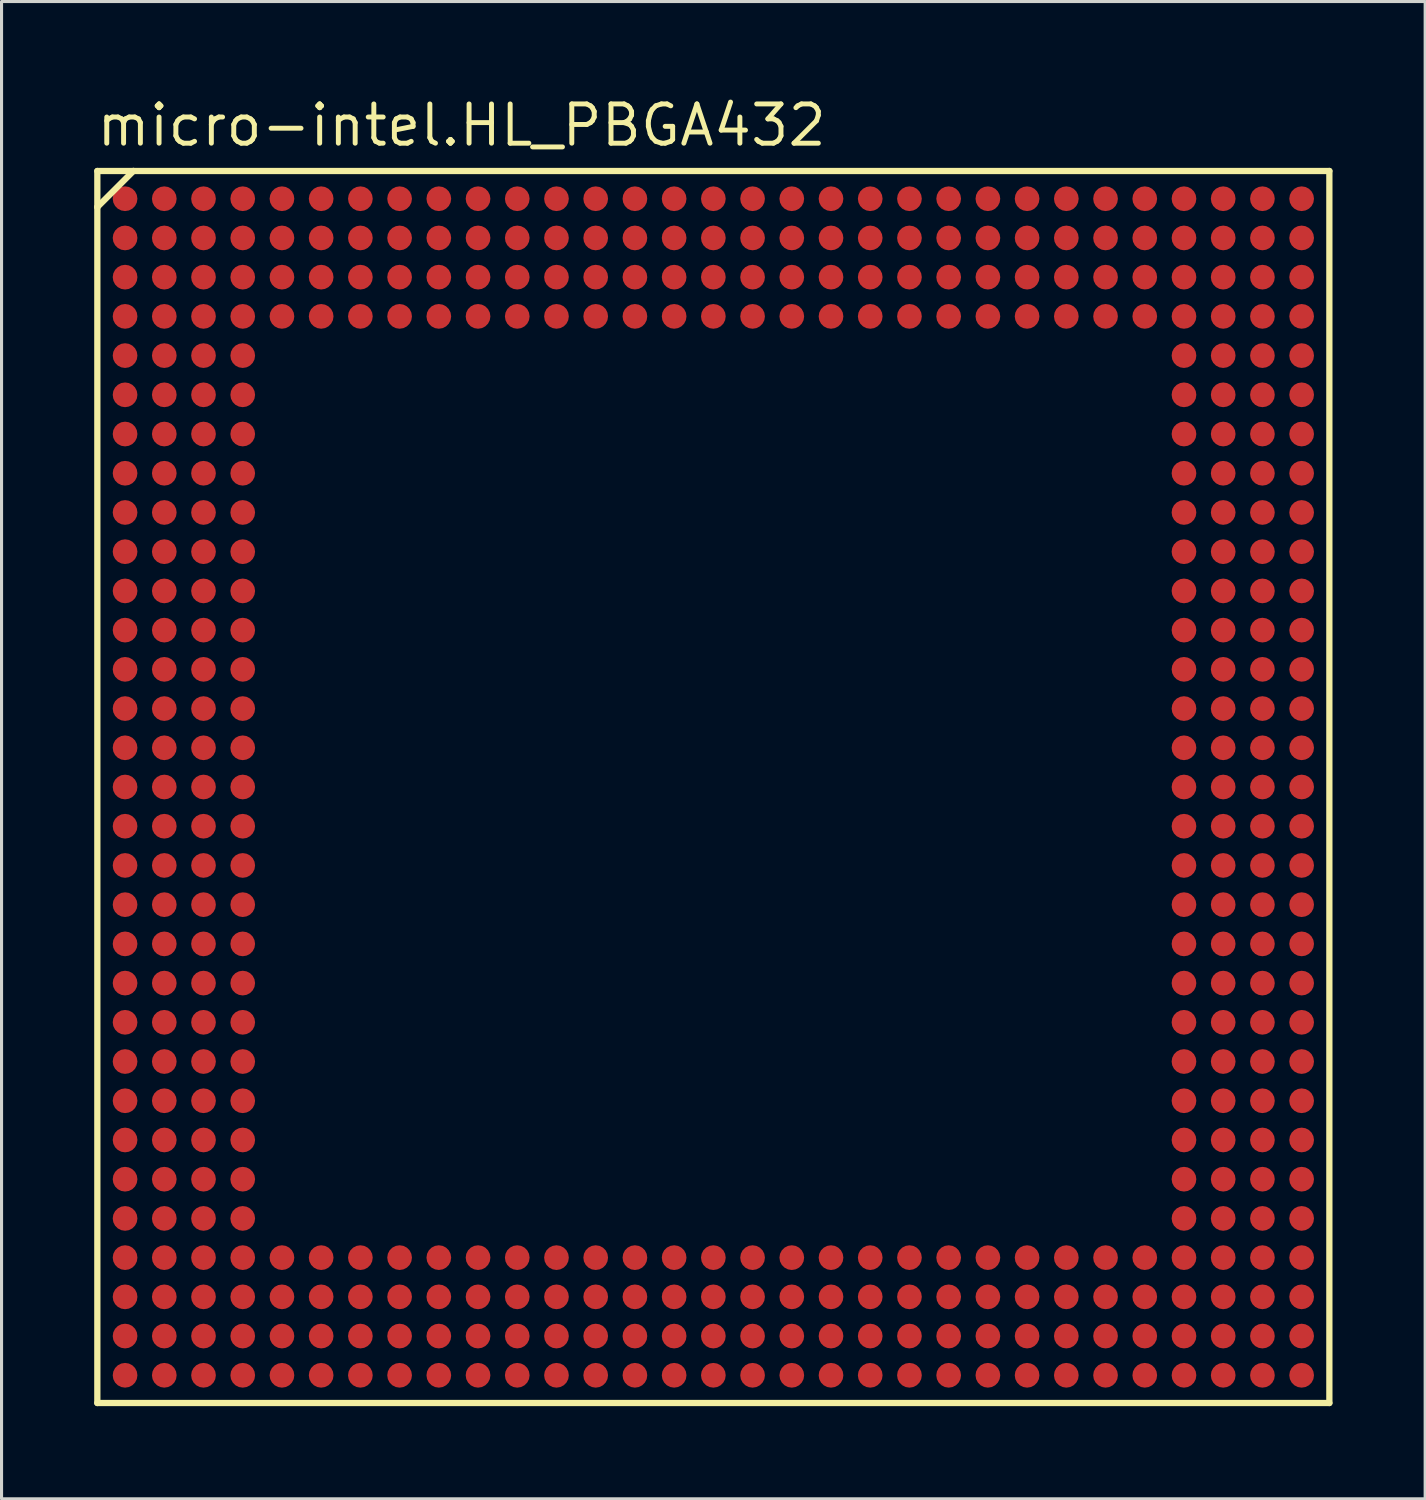
<source format=kicad_pcb>
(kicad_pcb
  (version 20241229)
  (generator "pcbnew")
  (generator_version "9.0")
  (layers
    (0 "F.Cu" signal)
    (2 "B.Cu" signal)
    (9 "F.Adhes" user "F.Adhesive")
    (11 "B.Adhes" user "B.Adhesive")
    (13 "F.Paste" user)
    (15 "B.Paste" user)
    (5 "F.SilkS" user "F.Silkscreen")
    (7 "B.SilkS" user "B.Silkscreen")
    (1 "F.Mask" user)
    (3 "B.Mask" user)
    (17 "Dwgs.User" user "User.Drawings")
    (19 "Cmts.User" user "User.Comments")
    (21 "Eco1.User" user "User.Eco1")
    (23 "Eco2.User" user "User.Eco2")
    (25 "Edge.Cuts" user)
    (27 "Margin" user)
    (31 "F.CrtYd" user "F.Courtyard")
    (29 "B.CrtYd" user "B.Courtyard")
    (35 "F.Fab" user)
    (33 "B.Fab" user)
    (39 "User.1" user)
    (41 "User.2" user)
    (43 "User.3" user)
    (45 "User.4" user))
  (footprint "micro-intel.HL_PBGA432"
    (layer "F.Cu")
    (at 20.05 22.435)
    (property "Reference" "micro-intel.HL_PBGA432" (at -20.05 -20.685 0) (layer "F.SilkS") (effects (font (size 1.27 1.27) (thickness 0.16)) (justify left bottom)))
    (attr smd)
    (fp_circle (center -19.05 -19.05) (end -18.65 -19.05) (stroke (width 0.1) (type default)) (fill no) (layer "F.Mask"))
    (fp_circle (center -19.05 -17.78) (end -18.65 -17.78) (stroke (width 0.1) (type default)) (fill no) (layer "F.Mask"))
    (fp_circle (center -19.05 -16.51) (end -18.65 -16.51) (stroke (width 0.1) (type default)) (fill no) (layer "F.Mask"))
    (fp_circle (center -19.05 -15.24) (end -18.65 -15.24) (stroke (width 0.1) (type default)) (fill no) (layer "F.Mask"))
    (fp_circle (center -19.05 -13.97) (end -18.65 -13.97) (stroke (width 0.1) (type default)) (fill no) (layer "F.Mask"))
    (fp_circle (center -19.05 -12.7) (end -18.65 -12.7) (stroke (width 0.1) (type default)) (fill no) (layer "F.Mask"))
    (fp_circle (center -19.05 -11.43) (end -18.65 -11.43) (stroke (width 0.1) (type default)) (fill no) (layer "F.Mask"))
    (fp_circle (center -19.05 -10.16) (end -18.65 -10.16) (stroke (width 0.1) (type default)) (fill no) (layer "F.Mask"))
    (fp_circle (center -19.05 -8.89) (end -18.65 -8.89) (stroke (width 0.1) (type default)) (fill no) (layer "F.Mask"))
    (fp_circle (center -19.05 -7.62) (end -18.65 -7.62) (stroke (width 0.1) (type default)) (fill no) (layer "F.Mask"))
    (fp_circle (center -19.05 -6.35) (end -18.65 -6.35) (stroke (width 0.1) (type default)) (fill no) (layer "F.Mask"))
    (fp_circle (center -19.05 -5.08) (end -18.65 -5.08) (stroke (width 0.1) (type default)) (fill no) (layer "F.Mask"))
    (fp_circle (center -19.05 -3.81) (end -18.65 -3.81) (stroke (width 0.1) (type default)) (fill no) (layer "F.Mask"))
    (fp_circle (center -19.05 -2.54) (end -18.65 -2.54) (stroke (width 0.1) (type default)) (fill no) (layer "F.Mask"))
    (fp_circle (center -19.05 -1.27) (end -18.65 -1.27) (stroke (width 0.1) (type default)) (fill no) (layer "F.Mask"))
    (fp_circle (center -19.05 0) (end -18.65 0) (stroke (width 0.1) (type default)) (fill no) (layer "F.Mask"))
    (fp_circle (center -19.05 1.27) (end -18.65 1.27) (stroke (width 0.1) (type default)) (fill no) (layer "F.Mask"))
    (fp_circle (center -19.05 2.54) (end -18.65 2.54) (stroke (width 0.1) (type default)) (fill no) (layer "F.Mask"))
    (fp_circle (center -19.05 3.81) (end -18.65 3.81) (stroke (width 0.1) (type default)) (fill no) (layer "F.Mask"))
    (fp_circle (center -19.05 5.08) (end -18.65 5.08) (stroke (width 0.1) (type default)) (fill no) (layer "F.Mask"))
    (fp_circle (center -19.05 6.35) (end -18.65 6.35) (stroke (width 0.1) (type default)) (fill no) (layer "F.Mask"))
    (fp_circle (center -19.05 7.62) (end -18.65 7.62) (stroke (width 0.1) (type default)) (fill no) (layer "F.Mask"))
    (fp_circle (center -19.05 8.89) (end -18.65 8.89) (stroke (width 0.1) (type default)) (fill no) (layer "F.Mask"))
    (fp_circle (center -19.05 10.16) (end -18.65 10.16) (stroke (width 0.1) (type default)) (fill no) (layer "F.Mask"))
    (fp_circle (center -19.05 11.43) (end -18.65 11.43) (stroke (width 0.1) (type default)) (fill no) (layer "F.Mask"))
    (fp_circle (center -19.05 12.7) (end -18.65 12.7) (stroke (width 0.1) (type default)) (fill no) (layer "F.Mask"))
    (fp_circle (center -19.05 13.97) (end -18.65 13.97) (stroke (width 0.1) (type default)) (fill no) (layer "F.Mask"))
    (fp_circle (center -19.05 15.24) (end -18.65 15.24) (stroke (width 0.1) (type default)) (fill no) (layer "F.Mask"))
    (fp_circle (center -19.05 16.51) (end -18.65 16.51) (stroke (width 0.1) (type default)) (fill no) (layer "F.Mask"))
    (fp_circle (center -19.05 17.78) (end -18.65 17.78) (stroke (width 0.1) (type default)) (fill no) (layer "F.Mask"))
    (fp_circle (center -19.05 19.05) (end -18.65 19.05) (stroke (width 0.1) (type default)) (fill no) (layer "F.Mask"))
    (fp_circle (center -17.78 -19.05) (end -17.38 -19.05) (stroke (width 0.1) (type default)) (fill no) (layer "F.Mask"))
    (fp_circle (center -17.78 -17.78) (end -17.38 -17.78) (stroke (width 0.1) (type default)) (fill no) (layer "F.Mask"))
    (fp_circle (center -17.78 -16.51) (end -17.38 -16.51) (stroke (width 0.1) (type default)) (fill no) (layer "F.Mask"))
    (fp_circle (center -17.78 -15.24) (end -17.38 -15.24) (stroke (width 0.1) (type default)) (fill no) (layer "F.Mask"))
    (fp_circle (center -17.78 -13.97) (end -17.38 -13.97) (stroke (width 0.1) (type default)) (fill no) (layer "F.Mask"))
    (fp_circle (center -17.78 -12.7) (end -17.38 -12.7) (stroke (width 0.1) (type default)) (fill no) (layer "F.Mask"))
    (fp_circle (center -17.78 -11.43) (end -17.38 -11.43) (stroke (width 0.1) (type default)) (fill no) (layer "F.Mask"))
    (fp_circle (center -17.78 -10.16) (end -17.38 -10.16) (stroke (width 0.1) (type default)) (fill no) (layer "F.Mask"))
    (fp_circle (center -17.78 -8.89) (end -17.38 -8.89) (stroke (width 0.1) (type default)) (fill no) (layer "F.Mask"))
    (fp_circle (center -17.78 -7.62) (end -17.38 -7.62) (stroke (width 0.1) (type default)) (fill no) (layer "F.Mask"))
    (fp_circle (center -17.78 -6.35) (end -17.38 -6.35) (stroke (width 0.1) (type default)) (fill no) (layer "F.Mask"))
    (fp_circle (center -17.78 -5.08) (end -17.38 -5.08) (stroke (width 0.1) (type default)) (fill no) (layer "F.Mask"))
    (fp_circle (center -17.78 -3.81) (end -17.38 -3.81) (stroke (width 0.1) (type default)) (fill no) (layer "F.Mask"))
    (fp_circle (center -17.78 -2.54) (end -17.38 -2.54) (stroke (width 0.1) (type default)) (fill no) (layer "F.Mask"))
    (fp_circle (center -17.78 -1.27) (end -17.38 -1.27) (stroke (width 0.1) (type default)) (fill no) (layer "F.Mask"))
    (fp_circle (center -17.78 0) (end -17.38 0) (stroke (width 0.1) (type default)) (fill no) (layer "F.Mask"))
    (fp_circle (center -17.78 1.27) (end -17.38 1.27) (stroke (width 0.1) (type default)) (fill no) (layer "F.Mask"))
    (fp_circle (center -17.78 2.54) (end -17.38 2.54) (stroke (width 0.1) (type default)) (fill no) (layer "F.Mask"))
    (fp_circle (center -17.78 3.81) (end -17.38 3.81) (stroke (width 0.1) (type default)) (fill no) (layer "F.Mask"))
    (fp_circle (center -17.78 5.08) (end -17.38 5.08) (stroke (width 0.1) (type default)) (fill no) (layer "F.Mask"))
    (fp_circle (center -17.78 6.35) (end -17.38 6.35) (stroke (width 0.1) (type default)) (fill no) (layer "F.Mask"))
    (fp_circle (center -17.78 7.62) (end -17.38 7.62) (stroke (width 0.1) (type default)) (fill no) (layer "F.Mask"))
    (fp_circle (center -17.78 8.89) (end -17.38 8.89) (stroke (width 0.1) (type default)) (fill no) (layer "F.Mask"))
    (fp_circle (center -17.78 10.16) (end -17.38 10.16) (stroke (width 0.1) (type default)) (fill no) (layer "F.Mask"))
    (fp_circle (center -17.78 11.43) (end -17.38 11.43) (stroke (width 0.1) (type default)) (fill no) (layer "F.Mask"))
    (fp_circle (center -17.78 12.7) (end -17.38 12.7) (stroke (width 0.1) (type default)) (fill no) (layer "F.Mask"))
    (fp_circle (center -17.78 13.97) (end -17.38 13.97) (stroke (width 0.1) (type default)) (fill no) (layer "F.Mask"))
    (fp_circle (center -17.78 15.24) (end -17.38 15.24) (stroke (width 0.1) (type default)) (fill no) (layer "F.Mask"))
    (fp_circle (center -17.78 16.51) (end -17.38 16.51) (stroke (width 0.1) (type default)) (fill no) (layer "F.Mask"))
    (fp_circle (center -17.78 17.78) (end -17.38 17.78) (stroke (width 0.1) (type default)) (fill no) (layer "F.Mask"))
    (fp_circle (center -17.78 19.05) (end -17.38 19.05) (stroke (width 0.1) (type default)) (fill no) (layer "F.Mask"))
    (fp_circle (center -16.51 -19.05) (end -16.11 -19.05) (stroke (width 0.1) (type default)) (fill no) (layer "F.Mask"))
    (fp_circle (center -16.51 -17.78) (end -16.11 -17.78) (stroke (width 0.1) (type default)) (fill no) (layer "F.Mask"))
    (fp_circle (center -16.51 -16.51) (end -16.11 -16.51) (stroke (width 0.1) (type default)) (fill no) (layer "F.Mask"))
    (fp_circle (center -16.51 -15.24) (end -16.11 -15.24) (stroke (width 0.1) (type default)) (fill no) (layer "F.Mask"))
    (fp_circle (center -16.51 -13.97) (end -16.11 -13.97) (stroke (width 0.1) (type default)) (fill no) (layer "F.Mask"))
    (fp_circle (center -16.51 -12.7) (end -16.11 -12.7) (stroke (width 0.1) (type default)) (fill no) (layer "F.Mask"))
    (fp_circle (center -16.51 -11.43) (end -16.11 -11.43) (stroke (width 0.1) (type default)) (fill no) (layer "F.Mask"))
    (fp_circle (center -16.51 -10.16) (end -16.11 -10.16) (stroke (width 0.1) (type default)) (fill no) (layer "F.Mask"))
    (fp_circle (center -16.51 -8.89) (end -16.11 -8.89) (stroke (width 0.1) (type default)) (fill no) (layer "F.Mask"))
    (fp_circle (center -16.51 -7.62) (end -16.11 -7.62) (stroke (width 0.1) (type default)) (fill no) (layer "F.Mask"))
    (fp_circle (center -16.51 -6.35) (end -16.11 -6.35) (stroke (width 0.1) (type default)) (fill no) (layer "F.Mask"))
    (fp_circle (center -16.51 -5.08) (end -16.11 -5.08) (stroke (width 0.1) (type default)) (fill no) (layer "F.Mask"))
    (fp_circle (center -16.51 -3.81) (end -16.11 -3.81) (stroke (width 0.1) (type default)) (fill no) (layer "F.Mask"))
    (fp_circle (center -16.51 -2.54) (end -16.11 -2.54) (stroke (width 0.1) (type default)) (fill no) (layer "F.Mask"))
    (fp_circle (center -16.51 -1.27) (end -16.11 -1.27) (stroke (width 0.1) (type default)) (fill no) (layer "F.Mask"))
    (fp_circle (center -16.51 0) (end -16.11 0) (stroke (width 0.1) (type default)) (fill no) (layer "F.Mask"))
    (fp_circle (center -16.51 1.27) (end -16.11 1.27) (stroke (width 0.1) (type default)) (fill no) (layer "F.Mask"))
    (fp_circle (center -16.51 2.54) (end -16.11 2.54) (stroke (width 0.1) (type default)) (fill no) (layer "F.Mask"))
    (fp_circle (center -16.51 3.81) (end -16.11 3.81) (stroke (width 0.1) (type default)) (fill no) (layer "F.Mask"))
    (fp_circle (center -16.51 5.08) (end -16.11 5.08) (stroke (width 0.1) (type default)) (fill no) (layer "F.Mask"))
    (fp_circle (center -16.51 6.35) (end -16.11 6.35) (stroke (width 0.1) (type default)) (fill no) (layer "F.Mask"))
    (fp_circle (center -16.51 7.62) (end -16.11 7.62) (stroke (width 0.1) (type default)) (fill no) (layer "F.Mask"))
    (fp_circle (center -16.51 8.89) (end -16.11 8.89) (stroke (width 0.1) (type default)) (fill no) (layer "F.Mask"))
    (fp_circle (center -16.51 10.16) (end -16.11 10.16) (stroke (width 0.1) (type default)) (fill no) (layer "F.Mask"))
    (fp_circle (center -16.51 11.43) (end -16.11 11.43) (stroke (width 0.1) (type default)) (fill no) (layer "F.Mask"))
    (fp_circle (center -16.51 12.7) (end -16.11 12.7) (stroke (width 0.1) (type default)) (fill no) (layer "F.Mask"))
    (fp_circle (center -16.51 13.97) (end -16.11 13.97) (stroke (width 0.1) (type default)) (fill no) (layer "F.Mask"))
    (fp_circle (center -16.51 15.24) (end -16.11 15.24) (stroke (width 0.1) (type default)) (fill no) (layer "F.Mask"))
    (fp_circle (center -16.51 16.51) (end -16.11 16.51) (stroke (width 0.1) (type default)) (fill no) (layer "F.Mask"))
    (fp_circle (center -16.51 17.78) (end -16.11 17.78) (stroke (width 0.1) (type default)) (fill no) (layer "F.Mask"))
    (fp_circle (center -16.51 19.05) (end -16.11 19.05) (stroke (width 0.1) (type default)) (fill no) (layer "F.Mask"))
    (fp_circle (center -15.24 -19.05) (end -14.84 -19.05) (stroke (width 0.1) (type default)) (fill no) (layer "F.Mask"))
    (fp_circle (center -15.24 -17.78) (end -14.84 -17.78) (stroke (width 0.1) (type default)) (fill no) (layer "F.Mask"))
    (fp_circle (center -15.24 -16.51) (end -14.84 -16.51) (stroke (width 0.1) (type default)) (fill no) (layer "F.Mask"))
    (fp_circle (center -15.24 -15.24) (end -14.84 -15.24) (stroke (width 0.1) (type default)) (fill no) (layer "F.Mask"))
    (fp_circle (center -15.24 -13.97) (end -14.84 -13.97) (stroke (width 0.1) (type default)) (fill no) (layer "F.Mask"))
    (fp_circle (center -15.24 -12.7) (end -14.84 -12.7) (stroke (width 0.1) (type default)) (fill no) (layer "F.Mask"))
    (fp_circle (center -15.24 -11.43) (end -14.84 -11.43) (stroke (width 0.1) (type default)) (fill no) (layer "F.Mask"))
    (fp_circle (center -15.24 -10.16) (end -14.84 -10.16) (stroke (width 0.1) (type default)) (fill no) (layer "F.Mask"))
    (fp_circle (center -15.24 -8.89) (end -14.84 -8.89) (stroke (width 0.1) (type default)) (fill no) (layer "F.Mask"))
    (fp_circle (center -15.24 -7.62) (end -14.84 -7.62) (stroke (width 0.1) (type default)) (fill no) (layer "F.Mask"))
    (fp_circle (center -15.24 -6.35) (end -14.84 -6.35) (stroke (width 0.1) (type default)) (fill no) (layer "F.Mask"))
    (fp_circle (center -15.24 -5.08) (end -14.84 -5.08) (stroke (width 0.1) (type default)) (fill no) (layer "F.Mask"))
    (fp_circle (center -15.24 -3.81) (end -14.84 -3.81) (stroke (width 0.1) (type default)) (fill no) (layer "F.Mask"))
    (fp_circle (center -15.24 -2.54) (end -14.84 -2.54) (stroke (width 0.1) (type default)) (fill no) (layer "F.Mask"))
    (fp_circle (center -15.24 -1.27) (end -14.84 -1.27) (stroke (width 0.1) (type default)) (fill no) (layer "F.Mask"))
    (fp_circle (center -15.24 0) (end -14.84 0) (stroke (width 0.1) (type default)) (fill no) (layer "F.Mask"))
    (fp_circle (center -15.24 1.27) (end -14.84 1.27) (stroke (width 0.1) (type default)) (fill no) (layer "F.Mask"))
    (fp_circle (center -15.24 2.54) (end -14.84 2.54) (stroke (width 0.1) (type default)) (fill no) (layer "F.Mask"))
    (fp_circle (center -15.24 3.81) (end -14.84 3.81) (stroke (width 0.1) (type default)) (fill no) (layer "F.Mask"))
    (fp_circle (center -15.24 5.08) (end -14.84 5.08) (stroke (width 0.1) (type default)) (fill no) (layer "F.Mask"))
    (fp_circle (center -15.24 6.35) (end -14.84 6.35) (stroke (width 0.1) (type default)) (fill no) (layer "F.Mask"))
    (fp_circle (center -15.24 7.62) (end -14.84 7.62) (stroke (width 0.1) (type default)) (fill no) (layer "F.Mask"))
    (fp_circle (center -15.24 8.89) (end -14.84 8.89) (stroke (width 0.1) (type default)) (fill no) (layer "F.Mask"))
    (fp_circle (center -15.24 10.16) (end -14.84 10.16) (stroke (width 0.1) (type default)) (fill no) (layer "F.Mask"))
    (fp_circle (center -15.24 11.43) (end -14.84 11.43) (stroke (width 0.1) (type default)) (fill no) (layer "F.Mask"))
    (fp_circle (center -15.24 12.7) (end -14.84 12.7) (stroke (width 0.1) (type default)) (fill no) (layer "F.Mask"))
    (fp_circle (center -15.24 13.97) (end -14.84 13.97) (stroke (width 0.1) (type default)) (fill no) (layer "F.Mask"))
    (fp_circle (center -15.24 15.24) (end -14.84 15.24) (stroke (width 0.1) (type default)) (fill no) (layer "F.Mask"))
    (fp_circle (center -15.24 16.51) (end -14.84 16.51) (stroke (width 0.1) (type default)) (fill no) (layer "F.Mask"))
    (fp_circle (center -15.24 17.78) (end -14.84 17.78) (stroke (width 0.1) (type default)) (fill no) (layer "F.Mask"))
    (fp_circle (center -15.24 19.05) (end -14.84 19.05) (stroke (width 0.1) (type default)) (fill no) (layer "F.Mask"))
    (fp_circle (center -13.97 -19.05) (end -13.57 -19.05) (stroke (width 0.1) (type default)) (fill no) (layer "F.Mask"))
    (fp_circle (center -13.97 -17.78) (end -13.57 -17.78) (stroke (width 0.1) (type default)) (fill no) (layer "F.Mask"))
    (fp_circle (center -13.97 -16.51) (end -13.57 -16.51) (stroke (width 0.1) (type default)) (fill no) (layer "F.Mask"))
    (fp_circle (center -13.97 -15.24) (end -13.57 -15.24) (stroke (width 0.1) (type default)) (fill no) (layer "F.Mask"))
    (fp_circle (center -13.97 15.24) (end -13.57 15.24) (stroke (width 0.1) (type default)) (fill no) (layer "F.Mask"))
    (fp_circle (center -13.97 16.51) (end -13.57 16.51) (stroke (width 0.1) (type default)) (fill no) (layer "F.Mask"))
    (fp_circle (center -13.97 17.78) (end -13.57 17.78) (stroke (width 0.1) (type default)) (fill no) (layer "F.Mask"))
    (fp_circle (center -13.97 19.05) (end -13.57 19.05) (stroke (width 0.1) (type default)) (fill no) (layer "F.Mask"))
    (fp_circle (center -12.7 -19.05) (end -12.3 -19.05) (stroke (width 0.1) (type default)) (fill no) (layer "F.Mask"))
    (fp_circle (center -12.7 -17.78) (end -12.3 -17.78) (stroke (width 0.1) (type default)) (fill no) (layer "F.Mask"))
    (fp_circle (center -12.7 -16.51) (end -12.3 -16.51) (stroke (width 0.1) (type default)) (fill no) (layer "F.Mask"))
    (fp_circle (center -12.7 -15.24) (end -12.3 -15.24) (stroke (width 0.1) (type default)) (fill no) (layer "F.Mask"))
    (fp_circle (center -12.7 15.24) (end -12.3 15.24) (stroke (width 0.1) (type default)) (fill no) (layer "F.Mask"))
    (fp_circle (center -12.7 16.51) (end -12.3 16.51) (stroke (width 0.1) (type default)) (fill no) (layer "F.Mask"))
    (fp_circle (center -12.7 17.78) (end -12.3 17.78) (stroke (width 0.1) (type default)) (fill no) (layer "F.Mask"))
    (fp_circle (center -12.7 19.05) (end -12.3 19.05) (stroke (width 0.1) (type default)) (fill no) (layer "F.Mask"))
    (fp_circle (center -11.43 -19.05) (end -11.03 -19.05) (stroke (width 0.1) (type default)) (fill no) (layer "F.Mask"))
    (fp_circle (center -11.43 -17.78) (end -11.03 -17.78) (stroke (width 0.1) (type default)) (fill no) (layer "F.Mask"))
    (fp_circle (center -11.43 -16.51) (end -11.03 -16.51) (stroke (width 0.1) (type default)) (fill no) (layer "F.Mask"))
    (fp_circle (center -11.43 -15.24) (end -11.03 -15.24) (stroke (width 0.1) (type default)) (fill no) (layer "F.Mask"))
    (fp_circle (center -11.43 15.24) (end -11.03 15.24) (stroke (width 0.1) (type default)) (fill no) (layer "F.Mask"))
    (fp_circle (center -11.43 16.51) (end -11.03 16.51) (stroke (width 0.1) (type default)) (fill no) (layer "F.Mask"))
    (fp_circle (center -11.43 17.78) (end -11.03 17.78) (stroke (width 0.1) (type default)) (fill no) (layer "F.Mask"))
    (fp_circle (center -11.43 19.05) (end -11.03 19.05) (stroke (width 0.1) (type default)) (fill no) (layer "F.Mask"))
    (fp_circle (center -10.16 -19.05) (end -9.76 -19.05) (stroke (width 0.1) (type default)) (fill no) (layer "F.Mask"))
    (fp_circle (center -10.16 -17.78) (end -9.76 -17.78) (stroke (width 0.1) (type default)) (fill no) (layer "F.Mask"))
    (fp_circle (center -10.16 -16.51) (end -9.76 -16.51) (stroke (width 0.1) (type default)) (fill no) (layer "F.Mask"))
    (fp_circle (center -10.16 -15.24) (end -9.76 -15.24) (stroke (width 0.1) (type default)) (fill no) (layer "F.Mask"))
    (fp_circle (center -10.16 15.24) (end -9.76 15.24) (stroke (width 0.1) (type default)) (fill no) (layer "F.Mask"))
    (fp_circle (center -10.16 16.51) (end -9.76 16.51) (stroke (width 0.1) (type default)) (fill no) (layer "F.Mask"))
    (fp_circle (center -10.16 17.78) (end -9.76 17.78) (stroke (width 0.1) (type default)) (fill no) (layer "F.Mask"))
    (fp_circle (center -10.16 19.05) (end -9.76 19.05) (stroke (width 0.1) (type default)) (fill no) (layer "F.Mask"))
    (fp_circle (center -8.89 -19.05) (end -8.49 -19.05) (stroke (width 0.1) (type default)) (fill no) (layer "F.Mask"))
    (fp_circle (center -8.89 -17.78) (end -8.49 -17.78) (stroke (width 0.1) (type default)) (fill no) (layer "F.Mask"))
    (fp_circle (center -8.89 -16.51) (end -8.49 -16.51) (stroke (width 0.1) (type default)) (fill no) (layer "F.Mask"))
    (fp_circle (center -8.89 -15.24) (end -8.49 -15.24) (stroke (width 0.1) (type default)) (fill no) (layer "F.Mask"))
    (fp_circle (center -8.89 15.24) (end -8.49 15.24) (stroke (width 0.1) (type default)) (fill no) (layer "F.Mask"))
    (fp_circle (center -8.89 16.51) (end -8.49 16.51) (stroke (width 0.1) (type default)) (fill no) (layer "F.Mask"))
    (fp_circle (center -8.89 17.78) (end -8.49 17.78) (stroke (width 0.1) (type default)) (fill no) (layer "F.Mask"))
    (fp_circle (center -8.89 19.05) (end -8.49 19.05) (stroke (width 0.1) (type default)) (fill no) (layer "F.Mask"))
    (fp_circle (center -7.62 -19.05) (end -7.22 -19.05) (stroke (width 0.1) (type default)) (fill no) (layer "F.Mask"))
    (fp_circle (center -7.62 -17.78) (end -7.22 -17.78) (stroke (width 0.1) (type default)) (fill no) (layer "F.Mask"))
    (fp_circle (center -7.62 -16.51) (end -7.22 -16.51) (stroke (width 0.1) (type default)) (fill no) (layer "F.Mask"))
    (fp_circle (center -7.62 -15.24) (end -7.22 -15.24) (stroke (width 0.1) (type default)) (fill no) (layer "F.Mask"))
    (fp_circle (center -7.62 15.24) (end -7.22 15.24) (stroke (width 0.1) (type default)) (fill no) (layer "F.Mask"))
    (fp_circle (center -7.62 16.51) (end -7.22 16.51) (stroke (width 0.1) (type default)) (fill no) (layer "F.Mask"))
    (fp_circle (center -7.62 17.78) (end -7.22 17.78) (stroke (width 0.1) (type default)) (fill no) (layer "F.Mask"))
    (fp_circle (center -7.62 19.05) (end -7.22 19.05) (stroke (width 0.1) (type default)) (fill no) (layer "F.Mask"))
    (fp_circle (center -6.35 -19.05) (end -5.95 -19.05) (stroke (width 0.1) (type default)) (fill no) (layer "F.Mask"))
    (fp_circle (center -6.35 -17.78) (end -5.95 -17.78) (stroke (width 0.1) (type default)) (fill no) (layer "F.Mask"))
    (fp_circle (center -6.35 -16.51) (end -5.95 -16.51) (stroke (width 0.1) (type default)) (fill no) (layer "F.Mask"))
    (fp_circle (center -6.35 -15.24) (end -5.95 -15.24) (stroke (width 0.1) (type default)) (fill no) (layer "F.Mask"))
    (fp_circle (center -6.35 15.24) (end -5.95 15.24) (stroke (width 0.1) (type default)) (fill no) (layer "F.Mask"))
    (fp_circle (center -6.35 16.51) (end -5.95 16.51) (stroke (width 0.1) (type default)) (fill no) (layer "F.Mask"))
    (fp_circle (center -6.35 17.78) (end -5.95 17.78) (stroke (width 0.1) (type default)) (fill no) (layer "F.Mask"))
    (fp_circle (center -6.35 19.05) (end -5.95 19.05) (stroke (width 0.1) (type default)) (fill no) (layer "F.Mask"))
    (fp_circle (center -5.08 -19.05) (end -4.68 -19.05) (stroke (width 0.1) (type default)) (fill no) (layer "F.Mask"))
    (fp_circle (center -5.08 -17.78) (end -4.68 -17.78) (stroke (width 0.1) (type default)) (fill no) (layer "F.Mask"))
    (fp_circle (center -5.08 -16.51) (end -4.68 -16.51) (stroke (width 0.1) (type default)) (fill no) (layer "F.Mask"))
    (fp_circle (center -5.08 -15.24) (end -4.68 -15.24) (stroke (width 0.1) (type default)) (fill no) (layer "F.Mask"))
    (fp_circle (center -5.08 15.24) (end -4.68 15.24) (stroke (width 0.1) (type default)) (fill no) (layer "F.Mask"))
    (fp_circle (center -5.08 16.51) (end -4.68 16.51) (stroke (width 0.1) (type default)) (fill no) (layer "F.Mask"))
    (fp_circle (center -5.08 17.78) (end -4.68 17.78) (stroke (width 0.1) (type default)) (fill no) (layer "F.Mask"))
    (fp_circle (center -5.08 19.05) (end -4.68 19.05) (stroke (width 0.1) (type default)) (fill no) (layer "F.Mask"))
    (fp_circle (center -3.81 -19.05) (end -3.41 -19.05) (stroke (width 0.1) (type default)) (fill no) (layer "F.Mask"))
    (fp_circle (center -3.81 -17.78) (end -3.41 -17.78) (stroke (width 0.1) (type default)) (fill no) (layer "F.Mask"))
    (fp_circle (center -3.81 -16.51) (end -3.41 -16.51) (stroke (width 0.1) (type default)) (fill no) (layer "F.Mask"))
    (fp_circle (center -3.81 -15.24) (end -3.41 -15.24) (stroke (width 0.1) (type default)) (fill no) (layer "F.Mask"))
    (fp_circle (center -3.81 15.24) (end -3.41 15.24) (stroke (width 0.1) (type default)) (fill no) (layer "F.Mask"))
    (fp_circle (center -3.81 16.51) (end -3.41 16.51) (stroke (width 0.1) (type default)) (fill no) (layer "F.Mask"))
    (fp_circle (center -3.81 17.78) (end -3.41 17.78) (stroke (width 0.1) (type default)) (fill no) (layer "F.Mask"))
    (fp_circle (center -3.81 19.05) (end -3.41 19.05) (stroke (width 0.1) (type default)) (fill no) (layer "F.Mask"))
    (fp_circle (center -2.54 -19.05) (end -2.14 -19.05) (stroke (width 0.1) (type default)) (fill no) (layer "F.Mask"))
    (fp_circle (center -2.54 -17.78) (end -2.14 -17.78) (stroke (width 0.1) (type default)) (fill no) (layer "F.Mask"))
    (fp_circle (center -2.54 -16.51) (end -2.14 -16.51) (stroke (width 0.1) (type default)) (fill no) (layer "F.Mask"))
    (fp_circle (center -2.54 -15.24) (end -2.14 -15.24) (stroke (width 0.1) (type default)) (fill no) (layer "F.Mask"))
    (fp_circle (center -2.54 15.24) (end -2.14 15.24) (stroke (width 0.1) (type default)) (fill no) (layer "F.Mask"))
    (fp_circle (center -2.54 16.51) (end -2.14 16.51) (stroke (width 0.1) (type default)) (fill no) (layer "F.Mask"))
    (fp_circle (center -2.54 17.78) (end -2.14 17.78) (stroke (width 0.1) (type default)) (fill no) (layer "F.Mask"))
    (fp_circle (center -2.54 19.05) (end -2.14 19.05) (stroke (width 0.1) (type default)) (fill no) (layer "F.Mask"))
    (fp_circle (center -1.27 -19.05) (end -0.87 -19.05) (stroke (width 0.1) (type default)) (fill no) (layer "F.Mask"))
    (fp_circle (center -1.27 -17.78) (end -0.87 -17.78) (stroke (width 0.1) (type default)) (fill no) (layer "F.Mask"))
    (fp_circle (center -1.27 -16.51) (end -0.87 -16.51) (stroke (width 0.1) (type default)) (fill no) (layer "F.Mask"))
    (fp_circle (center -1.27 -15.24) (end -0.87 -15.24) (stroke (width 0.1) (type default)) (fill no) (layer "F.Mask"))
    (fp_circle (center -1.27 15.24) (end -0.87 15.24) (stroke (width 0.1) (type default)) (fill no) (layer "F.Mask"))
    (fp_circle (center -1.27 16.51) (end -0.87 16.51) (stroke (width 0.1) (type default)) (fill no) (layer "F.Mask"))
    (fp_circle (center -1.27 17.78) (end -0.87 17.78) (stroke (width 0.1) (type default)) (fill no) (layer "F.Mask"))
    (fp_circle (center -1.27 19.05) (end -0.87 19.05) (stroke (width 0.1) (type default)) (fill no) (layer "F.Mask"))
    (fp_circle (center 0 -19.05) (end 0.4 -19.05) (stroke (width 0.1) (type default)) (fill no) (layer "F.Mask"))
    (fp_circle (center 0 -17.78) (end 0.4 -17.78) (stroke (width 0.1) (type default)) (fill no) (layer "F.Mask"))
    (fp_circle (center 0 -16.51) (end 0.4 -16.51) (stroke (width 0.1) (type default)) (fill no) (layer "F.Mask"))
    (fp_circle (center 0 -15.24) (end 0.4 -15.24) (stroke (width 0.1) (type default)) (fill no) (layer "F.Mask"))
    (fp_circle (center 0 15.24) (end 0.4 15.24) (stroke (width 0.1) (type default)) (fill no) (layer "F.Mask"))
    (fp_circle (center 0 16.51) (end 0.4 16.51) (stroke (width 0.1) (type default)) (fill no) (layer "F.Mask"))
    (fp_circle (center 0 17.78) (end 0.4 17.78) (stroke (width 0.1) (type default)) (fill no) (layer "F.Mask"))
    (fp_circle (center 0 19.05) (end 0.4 19.05) (stroke (width 0.1) (type default)) (fill no) (layer "F.Mask"))
    (fp_circle (center 1.27 -19.05) (end 1.67 -19.05) (stroke (width 0.1) (type default)) (fill no) (layer "F.Mask"))
    (fp_circle (center 1.27 -17.78) (end 1.67 -17.78) (stroke (width 0.1) (type default)) (fill no) (layer "F.Mask"))
    (fp_circle (center 1.27 -16.51) (end 1.67 -16.51) (stroke (width 0.1) (type default)) (fill no) (layer "F.Mask"))
    (fp_circle (center 1.27 -15.24) (end 1.67 -15.24) (stroke (width 0.1) (type default)) (fill no) (layer "F.Mask"))
    (fp_circle (center 1.27 15.24) (end 1.67 15.24) (stroke (width 0.1) (type default)) (fill no) (layer "F.Mask"))
    (fp_circle (center 1.27 16.51) (end 1.67 16.51) (stroke (width 0.1) (type default)) (fill no) (layer "F.Mask"))
    (fp_circle (center 1.27 17.78) (end 1.67 17.78) (stroke (width 0.1) (type default)) (fill no) (layer "F.Mask"))
    (fp_circle (center 1.27 19.05) (end 1.67 19.05) (stroke (width 0.1) (type default)) (fill no) (layer "F.Mask"))
    (fp_circle (center 2.54 -19.05) (end 2.94 -19.05) (stroke (width 0.1) (type default)) (fill no) (layer "F.Mask"))
    (fp_circle (center 2.54 -17.78) (end 2.94 -17.78) (stroke (width 0.1) (type default)) (fill no) (layer "F.Mask"))
    (fp_circle (center 2.54 -16.51) (end 2.94 -16.51) (stroke (width 0.1) (type default)) (fill no) (layer "F.Mask"))
    (fp_circle (center 2.54 -15.24) (end 2.94 -15.24) (stroke (width 0.1) (type default)) (fill no) (layer "F.Mask"))
    (fp_circle (center 2.54 15.24) (end 2.94 15.24) (stroke (width 0.1) (type default)) (fill no) (layer "F.Mask"))
    (fp_circle (center 2.54 16.51) (end 2.94 16.51) (stroke (width 0.1) (type default)) (fill no) (layer "F.Mask"))
    (fp_circle (center 2.54 17.78) (end 2.94 17.78) (stroke (width 0.1) (type default)) (fill no) (layer "F.Mask"))
    (fp_circle (center 2.54 19.05) (end 2.94 19.05) (stroke (width 0.1) (type default)) (fill no) (layer "F.Mask"))
    (fp_circle (center 3.81 -19.05) (end 4.21 -19.05) (stroke (width 0.1) (type default)) (fill no) (layer "F.Mask"))
    (fp_circle (center 3.81 -17.78) (end 4.21 -17.78) (stroke (width 0.1) (type default)) (fill no) (layer "F.Mask"))
    (fp_circle (center 3.81 -16.51) (end 4.21 -16.51) (stroke (width 0.1) (type default)) (fill no) (layer "F.Mask"))
    (fp_circle (center 3.81 -15.24) (end 4.21 -15.24) (stroke (width 0.1) (type default)) (fill no) (layer "F.Mask"))
    (fp_circle (center 3.81 15.24) (end 4.21 15.24) (stroke (width 0.1) (type default)) (fill no) (layer "F.Mask"))
    (fp_circle (center 3.81 16.51) (end 4.21 16.51) (stroke (width 0.1) (type default)) (fill no) (layer "F.Mask"))
    (fp_circle (center 3.81 17.78) (end 4.21 17.78) (stroke (width 0.1) (type default)) (fill no) (layer "F.Mask"))
    (fp_circle (center 3.81 19.05) (end 4.21 19.05) (stroke (width 0.1) (type default)) (fill no) (layer "F.Mask"))
    (fp_circle (center 5.08 -19.05) (end 5.48 -19.05) (stroke (width 0.1) (type default)) (fill no) (layer "F.Mask"))
    (fp_circle (center 5.08 -17.78) (end 5.48 -17.78) (stroke (width 0.1) (type default)) (fill no) (layer "F.Mask"))
    (fp_circle (center 5.08 -16.51) (end 5.48 -16.51) (stroke (width 0.1) (type default)) (fill no) (layer "F.Mask"))
    (fp_circle (center 5.08 -15.24) (end 5.48 -15.24) (stroke (width 0.1) (type default)) (fill no) (layer "F.Mask"))
    (fp_circle (center 5.08 15.24) (end 5.48 15.24) (stroke (width 0.1) (type default)) (fill no) (layer "F.Mask"))
    (fp_circle (center 5.08 16.51) (end 5.48 16.51) (stroke (width 0.1) (type default)) (fill no) (layer "F.Mask"))
    (fp_circle (center 5.08 17.78) (end 5.48 17.78) (stroke (width 0.1) (type default)) (fill no) (layer "F.Mask"))
    (fp_circle (center 5.08 19.05) (end 5.48 19.05) (stroke (width 0.1) (type default)) (fill no) (layer "F.Mask"))
    (fp_circle (center 6.35 -19.05) (end 6.75 -19.05) (stroke (width 0.1) (type default)) (fill no) (layer "F.Mask"))
    (fp_circle (center 6.35 -17.78) (end 6.75 -17.78) (stroke (width 0.1) (type default)) (fill no) (layer "F.Mask"))
    (fp_circle (center 6.35 -16.51) (end 6.75 -16.51) (stroke (width 0.1) (type default)) (fill no) (layer "F.Mask"))
    (fp_circle (center 6.35 -15.24) (end 6.75 -15.24) (stroke (width 0.1) (type default)) (fill no) (layer "F.Mask"))
    (fp_circle (center 6.35 15.24) (end 6.75 15.24) (stroke (width 0.1) (type default)) (fill no) (layer "F.Mask"))
    (fp_circle (center 6.35 16.51) (end 6.75 16.51) (stroke (width 0.1) (type default)) (fill no) (layer "F.Mask"))
    (fp_circle (center 6.35 17.78) (end 6.75 17.78) (stroke (width 0.1) (type default)) (fill no) (layer "F.Mask"))
    (fp_circle (center 6.35 19.05) (end 6.75 19.05) (stroke (width 0.1) (type default)) (fill no) (layer "F.Mask"))
    (fp_circle (center 7.62 -19.05) (end 8.02 -19.05) (stroke (width 0.1) (type default)) (fill no) (layer "F.Mask"))
    (fp_circle (center 7.62 -17.78) (end 8.02 -17.78) (stroke (width 0.1) (type default)) (fill no) (layer "F.Mask"))
    (fp_circle (center 7.62 -16.51) (end 8.02 -16.51) (stroke (width 0.1) (type default)) (fill no) (layer "F.Mask"))
    (fp_circle (center 7.62 -15.24) (end 8.02 -15.24) (stroke (width 0.1) (type default)) (fill no) (layer "F.Mask"))
    (fp_circle (center 7.62 15.24) (end 8.02 15.24) (stroke (width 0.1) (type default)) (fill no) (layer "F.Mask"))
    (fp_circle (center 7.62 16.51) (end 8.02 16.51) (stroke (width 0.1) (type default)) (fill no) (layer "F.Mask"))
    (fp_circle (center 7.62 17.78) (end 8.02 17.78) (stroke (width 0.1) (type default)) (fill no) (layer "F.Mask"))
    (fp_circle (center 7.62 19.05) (end 8.02 19.05) (stroke (width 0.1) (type default)) (fill no) (layer "F.Mask"))
    (fp_circle (center 8.89 -19.05) (end 9.29 -19.05) (stroke (width 0.1) (type default)) (fill no) (layer "F.Mask"))
    (fp_circle (center 8.89 -17.78) (end 9.29 -17.78) (stroke (width 0.1) (type default)) (fill no) (layer "F.Mask"))
    (fp_circle (center 8.89 -16.51) (end 9.29 -16.51) (stroke (width 0.1) (type default)) (fill no) (layer "F.Mask"))
    (fp_circle (center 8.89 -15.24) (end 9.29 -15.24) (stroke (width 0.1) (type default)) (fill no) (layer "F.Mask"))
    (fp_circle (center 8.89 15.24) (end 9.29 15.24) (stroke (width 0.1) (type default)) (fill no) (layer "F.Mask"))
    (fp_circle (center 8.89 16.51) (end 9.29 16.51) (stroke (width 0.1) (type default)) (fill no) (layer "F.Mask"))
    (fp_circle (center 8.89 17.78) (end 9.29 17.78) (stroke (width 0.1) (type default)) (fill no) (layer "F.Mask"))
    (fp_circle (center 8.89 19.05) (end 9.29 19.05) (stroke (width 0.1) (type default)) (fill no) (layer "F.Mask"))
    (fp_circle (center 10.16 -19.05) (end 10.56 -19.05) (stroke (width 0.1) (type default)) (fill no) (layer "F.Mask"))
    (fp_circle (center 10.16 -17.78) (end 10.56 -17.78) (stroke (width 0.1) (type default)) (fill no) (layer "F.Mask"))
    (fp_circle (center 10.16 -16.51) (end 10.56 -16.51) (stroke (width 0.1) (type default)) (fill no) (layer "F.Mask"))
    (fp_circle (center 10.16 -15.24) (end 10.56 -15.24) (stroke (width 0.1) (type default)) (fill no) (layer "F.Mask"))
    (fp_circle (center 10.16 15.24) (end 10.56 15.24) (stroke (width 0.1) (type default)) (fill no) (layer "F.Mask"))
    (fp_circle (center 10.16 16.51) (end 10.56 16.51) (stroke (width 0.1) (type default)) (fill no) (layer "F.Mask"))
    (fp_circle (center 10.16 17.78) (end 10.56 17.78) (stroke (width 0.1) (type default)) (fill no) (layer "F.Mask"))
    (fp_circle (center 10.16 19.05) (end 10.56 19.05) (stroke (width 0.1) (type default)) (fill no) (layer "F.Mask"))
    (fp_circle (center 11.43 -19.05) (end 11.83 -19.05) (stroke (width 0.1) (type default)) (fill no) (layer "F.Mask"))
    (fp_circle (center 11.43 -17.78) (end 11.83 -17.78) (stroke (width 0.1) (type default)) (fill no) (layer "F.Mask"))
    (fp_circle (center 11.43 -16.51) (end 11.83 -16.51) (stroke (width 0.1) (type default)) (fill no) (layer "F.Mask"))
    (fp_circle (center 11.43 -15.24) (end 11.83 -15.24) (stroke (width 0.1) (type default)) (fill no) (layer "F.Mask"))
    (fp_circle (center 11.43 15.24) (end 11.83 15.24) (stroke (width 0.1) (type default)) (fill no) (layer "F.Mask"))
    (fp_circle (center 11.43 16.51) (end 11.83 16.51) (stroke (width 0.1) (type default)) (fill no) (layer "F.Mask"))
    (fp_circle (center 11.43 17.78) (end 11.83 17.78) (stroke (width 0.1) (type default)) (fill no) (layer "F.Mask"))
    (fp_circle (center 11.43 19.05) (end 11.83 19.05) (stroke (width 0.1) (type default)) (fill no) (layer "F.Mask"))
    (fp_circle (center 12.7 -19.05) (end 13.1 -19.05) (stroke (width 0.1) (type default)) (fill no) (layer "F.Mask"))
    (fp_circle (center 12.7 -17.78) (end 13.1 -17.78) (stroke (width 0.1) (type default)) (fill no) (layer "F.Mask"))
    (fp_circle (center 12.7 -16.51) (end 13.1 -16.51) (stroke (width 0.1) (type default)) (fill no) (layer "F.Mask"))
    (fp_circle (center 12.7 -15.24) (end 13.1 -15.24) (stroke (width 0.1) (type default)) (fill no) (layer "F.Mask"))
    (fp_circle (center 12.7 15.24) (end 13.1 15.24) (stroke (width 0.1) (type default)) (fill no) (layer "F.Mask"))
    (fp_circle (center 12.7 16.51) (end 13.1 16.51) (stroke (width 0.1) (type default)) (fill no) (layer "F.Mask"))
    (fp_circle (center 12.7 17.78) (end 13.1 17.78) (stroke (width 0.1) (type default)) (fill no) (layer "F.Mask"))
    (fp_circle (center 12.7 19.05) (end 13.1 19.05) (stroke (width 0.1) (type default)) (fill no) (layer "F.Mask"))
    (fp_circle (center 13.97 -19.05) (end 14.37 -19.05) (stroke (width 0.1) (type default)) (fill no) (layer "F.Mask"))
    (fp_circle (center 13.97 -17.78) (end 14.37 -17.78) (stroke (width 0.1) (type default)) (fill no) (layer "F.Mask"))
    (fp_circle (center 13.97 -16.51) (end 14.37 -16.51) (stroke (width 0.1) (type default)) (fill no) (layer "F.Mask"))
    (fp_circle (center 13.97 -15.24) (end 14.37 -15.24) (stroke (width 0.1) (type default)) (fill no) (layer "F.Mask"))
    (fp_circle (center 13.97 15.24) (end 14.37 15.24) (stroke (width 0.1) (type default)) (fill no) (layer "F.Mask"))
    (fp_circle (center 13.97 16.51) (end 14.37 16.51) (stroke (width 0.1) (type default)) (fill no) (layer "F.Mask"))
    (fp_circle (center 13.97 17.78) (end 14.37 17.78) (stroke (width 0.1) (type default)) (fill no) (layer "F.Mask"))
    (fp_circle (center 13.97 19.05) (end 14.37 19.05) (stroke (width 0.1) (type default)) (fill no) (layer "F.Mask"))
    (fp_circle (center 15.24 -19.05) (end 15.64 -19.05) (stroke (width 0.1) (type default)) (fill no) (layer "F.Mask"))
    (fp_circle (center 15.24 -17.78) (end 15.64 -17.78) (stroke (width 0.1) (type default)) (fill no) (layer "F.Mask"))
    (fp_circle (center 15.24 -16.51) (end 15.64 -16.51) (stroke (width 0.1) (type default)) (fill no) (layer "F.Mask"))
    (fp_circle (center 15.24 -15.24) (end 15.64 -15.24) (stroke (width 0.1) (type default)) (fill no) (layer "F.Mask"))
    (fp_circle (center 15.24 -13.97) (end 15.64 -13.97) (stroke (width 0.1) (type default)) (fill no) (layer "F.Mask"))
    (fp_circle (center 15.24 -12.7) (end 15.64 -12.7) (stroke (width 0.1) (type default)) (fill no) (layer "F.Mask"))
    (fp_circle (center 15.24 -11.43) (end 15.64 -11.43) (stroke (width 0.1) (type default)) (fill no) (layer "F.Mask"))
    (fp_circle (center 15.24 -10.16) (end 15.64 -10.16) (stroke (width 0.1) (type default)) (fill no) (layer "F.Mask"))
    (fp_circle (center 15.24 -8.89) (end 15.64 -8.89) (stroke (width 0.1) (type default)) (fill no) (layer "F.Mask"))
    (fp_circle (center 15.24 -7.62) (end 15.64 -7.62) (stroke (width 0.1) (type default)) (fill no) (layer "F.Mask"))
    (fp_circle (center 15.24 -6.35) (end 15.64 -6.35) (stroke (width 0.1) (type default)) (fill no) (layer "F.Mask"))
    (fp_circle (center 15.24 -5.08) (end 15.64 -5.08) (stroke (width 0.1) (type default)) (fill no) (layer "F.Mask"))
    (fp_circle (center 15.24 -3.81) (end 15.64 -3.81) (stroke (width 0.1) (type default)) (fill no) (layer "F.Mask"))
    (fp_circle (center 15.24 -2.54) (end 15.64 -2.54) (stroke (width 0.1) (type default)) (fill no) (layer "F.Mask"))
    (fp_circle (center 15.24 -1.27) (end 15.64 -1.27) (stroke (width 0.1) (type default)) (fill no) (layer "F.Mask"))
    (fp_circle (center 15.24 0) (end 15.64 0) (stroke (width 0.1) (type default)) (fill no) (layer "F.Mask"))
    (fp_circle (center 15.24 1.27) (end 15.64 1.27) (stroke (width 0.1) (type default)) (fill no) (layer "F.Mask"))
    (fp_circle (center 15.24 2.54) (end 15.64 2.54) (stroke (width 0.1) (type default)) (fill no) (layer "F.Mask"))
    (fp_circle (center 15.24 3.81) (end 15.64 3.81) (stroke (width 0.1) (type default)) (fill no) (layer "F.Mask"))
    (fp_circle (center 15.24 5.08) (end 15.64 5.08) (stroke (width 0.1) (type default)) (fill no) (layer "F.Mask"))
    (fp_circle (center 15.24 6.35) (end 15.64 6.35) (stroke (width 0.1) (type default)) (fill no) (layer "F.Mask"))
    (fp_circle (center 15.24 7.62) (end 15.64 7.62) (stroke (width 0.1) (type default)) (fill no) (layer "F.Mask"))
    (fp_circle (center 15.24 8.89) (end 15.64 8.89) (stroke (width 0.1) (type default)) (fill no) (layer "F.Mask"))
    (fp_circle (center 15.24 10.16) (end 15.64 10.16) (stroke (width 0.1) (type default)) (fill no) (layer "F.Mask"))
    (fp_circle (center 15.24 11.43) (end 15.64 11.43) (stroke (width 0.1) (type default)) (fill no) (layer "F.Mask"))
    (fp_circle (center 15.24 12.7) (end 15.64 12.7) (stroke (width 0.1) (type default)) (fill no) (layer "F.Mask"))
    (fp_circle (center 15.24 13.97) (end 15.64 13.97) (stroke (width 0.1) (type default)) (fill no) (layer "F.Mask"))
    (fp_circle (center 15.24 15.24) (end 15.64 15.24) (stroke (width 0.1) (type default)) (fill no) (layer "F.Mask"))
    (fp_circle (center 15.24 16.51) (end 15.64 16.51) (stroke (width 0.1) (type default)) (fill no) (layer "F.Mask"))
    (fp_circle (center 15.24 17.78) (end 15.64 17.78) (stroke (width 0.1) (type default)) (fill no) (layer "F.Mask"))
    (fp_circle (center 15.24 19.05) (end 15.64 19.05) (stroke (width 0.1) (type default)) (fill no) (layer "F.Mask"))
    (fp_circle (center 16.51 -19.05) (end 16.91 -19.05) (stroke (width 0.1) (type default)) (fill no) (layer "F.Mask"))
    (fp_circle (center 16.51 -17.78) (end 16.91 -17.78) (stroke (width 0.1) (type default)) (fill no) (layer "F.Mask"))
    (fp_circle (center 16.51 -16.51) (end 16.91 -16.51) (stroke (width 0.1) (type default)) (fill no) (layer "F.Mask"))
    (fp_circle (center 16.51 -15.24) (end 16.91 -15.24) (stroke (width 0.1) (type default)) (fill no) (layer "F.Mask"))
    (fp_circle (center 16.51 -13.97) (end 16.91 -13.97) (stroke (width 0.1) (type default)) (fill no) (layer "F.Mask"))
    (fp_circle (center 16.51 -12.7) (end 16.91 -12.7) (stroke (width 0.1) (type default)) (fill no) (layer "F.Mask"))
    (fp_circle (center 16.51 -11.43) (end 16.91 -11.43) (stroke (width 0.1) (type default)) (fill no) (layer "F.Mask"))
    (fp_circle (center 16.51 -10.16) (end 16.91 -10.16) (stroke (width 0.1) (type default)) (fill no) (layer "F.Mask"))
    (fp_circle (center 16.51 -8.89) (end 16.91 -8.89) (stroke (width 0.1) (type default)) (fill no) (layer "F.Mask"))
    (fp_circle (center 16.51 -7.62) (end 16.91 -7.62) (stroke (width 0.1) (type default)) (fill no) (layer "F.Mask"))
    (fp_circle (center 16.51 -6.35) (end 16.91 -6.35) (stroke (width 0.1) (type default)) (fill no) (layer "F.Mask"))
    (fp_circle (center 16.51 -5.08) (end 16.91 -5.08) (stroke (width 0.1) (type default)) (fill no) (layer "F.Mask"))
    (fp_circle (center 16.51 -3.81) (end 16.91 -3.81) (stroke (width 0.1) (type default)) (fill no) (layer "F.Mask"))
    (fp_circle (center 16.51 -2.54) (end 16.91 -2.54) (stroke (width 0.1) (type default)) (fill no) (layer "F.Mask"))
    (fp_circle (center 16.51 -1.27) (end 16.91 -1.27) (stroke (width 0.1) (type default)) (fill no) (layer "F.Mask"))
    (fp_circle (center 16.51 0) (end 16.91 0) (stroke (width 0.1) (type default)) (fill no) (layer "F.Mask"))
    (fp_circle (center 16.51 1.27) (end 16.91 1.27) (stroke (width 0.1) (type default)) (fill no) (layer "F.Mask"))
    (fp_circle (center 16.51 2.54) (end 16.91 2.54) (stroke (width 0.1) (type default)) (fill no) (layer "F.Mask"))
    (fp_circle (center 16.51 3.81) (end 16.91 3.81) (stroke (width 0.1) (type default)) (fill no) (layer "F.Mask"))
    (fp_circle (center 16.51 5.08) (end 16.91 5.08) (stroke (width 0.1) (type default)) (fill no) (layer "F.Mask"))
    (fp_circle (center 16.51 6.35) (end 16.91 6.35) (stroke (width 0.1) (type default)) (fill no) (layer "F.Mask"))
    (fp_circle (center 16.51 7.62) (end 16.91 7.62) (stroke (width 0.1) (type default)) (fill no) (layer "F.Mask"))
    (fp_circle (center 16.51 8.89) (end 16.91 8.89) (stroke (width 0.1) (type default)) (fill no) (layer "F.Mask"))
    (fp_circle (center 16.51 10.16) (end 16.91 10.16) (stroke (width 0.1) (type default)) (fill no) (layer "F.Mask"))
    (fp_circle (center 16.51 11.43) (end 16.91 11.43) (stroke (width 0.1) (type default)) (fill no) (layer "F.Mask"))
    (fp_circle (center 16.51 12.7) (end 16.91 12.7) (stroke (width 0.1) (type default)) (fill no) (layer "F.Mask"))
    (fp_circle (center 16.51 13.97) (end 16.91 13.97) (stroke (width 0.1) (type default)) (fill no) (layer "F.Mask"))
    (fp_circle (center 16.51 15.24) (end 16.91 15.24) (stroke (width 0.1) (type default)) (fill no) (layer "F.Mask"))
    (fp_circle (center 16.51 16.51) (end 16.91 16.51) (stroke (width 0.1) (type default)) (fill no) (layer "F.Mask"))
    (fp_circle (center 16.51 17.78) (end 16.91 17.78) (stroke (width 0.1) (type default)) (fill no) (layer "F.Mask"))
    (fp_circle (center 16.51 19.05) (end 16.91 19.05) (stroke (width 0.1) (type default)) (fill no) (layer "F.Mask"))
    (fp_circle (center 17.78 -19.05) (end 18.18 -19.05) (stroke (width 0.1) (type default)) (fill no) (layer "F.Mask"))
    (fp_circle (center 17.78 -17.78) (end 18.18 -17.78) (stroke (width 0.1) (type default)) (fill no) (layer "F.Mask"))
    (fp_circle (center 17.78 -16.51) (end 18.18 -16.51) (stroke (width 0.1) (type default)) (fill no) (layer "F.Mask"))
    (fp_circle (center 17.78 -15.24) (end 18.18 -15.24) (stroke (width 0.1) (type default)) (fill no) (layer "F.Mask"))
    (fp_circle (center 17.78 -13.97) (end 18.18 -13.97) (stroke (width 0.1) (type default)) (fill no) (layer "F.Mask"))
    (fp_circle (center 17.78 -12.7) (end 18.18 -12.7) (stroke (width 0.1) (type default)) (fill no) (layer "F.Mask"))
    (fp_circle (center 17.78 -11.43) (end 18.18 -11.43) (stroke (width 0.1) (type default)) (fill no) (layer "F.Mask"))
    (fp_circle (center 17.78 -10.16) (end 18.18 -10.16) (stroke (width 0.1) (type default)) (fill no) (layer "F.Mask"))
    (fp_circle (center 17.78 -8.89) (end 18.18 -8.89) (stroke (width 0.1) (type default)) (fill no) (layer "F.Mask"))
    (fp_circle (center 17.78 -7.62) (end 18.18 -7.62) (stroke (width 0.1) (type default)) (fill no) (layer "F.Mask"))
    (fp_circle (center 17.78 -6.35) (end 18.18 -6.35) (stroke (width 0.1) (type default)) (fill no) (layer "F.Mask"))
    (fp_circle (center 17.78 -5.08) (end 18.18 -5.08) (stroke (width 0.1) (type default)) (fill no) (layer "F.Mask"))
    (fp_circle (center 17.78 -3.81) (end 18.18 -3.81) (stroke (width 0.1) (type default)) (fill no) (layer "F.Mask"))
    (fp_circle (center 17.78 -2.54) (end 18.18 -2.54) (stroke (width 0.1) (type default)) (fill no) (layer "F.Mask"))
    (fp_circle (center 17.78 -1.27) (end 18.18 -1.27) (stroke (width 0.1) (type default)) (fill no) (layer "F.Mask"))
    (fp_circle (center 17.78 0) (end 18.18 0) (stroke (width 0.1) (type default)) (fill no) (layer "F.Mask"))
    (fp_circle (center 17.78 1.27) (end 18.18 1.27) (stroke (width 0.1) (type default)) (fill no) (layer "F.Mask"))
    (fp_circle (center 17.78 2.54) (end 18.18 2.54) (stroke (width 0.1) (type default)) (fill no) (layer "F.Mask"))
    (fp_circle (center 17.78 3.81) (end 18.18 3.81) (stroke (width 0.1) (type default)) (fill no) (layer "F.Mask"))
    (fp_circle (center 17.78 5.08) (end 18.18 5.08) (stroke (width 0.1) (type default)) (fill no) (layer "F.Mask"))
    (fp_circle (center 17.78 6.35) (end 18.18 6.35) (stroke (width 0.1) (type default)) (fill no) (layer "F.Mask"))
    (fp_circle (center 17.78 7.62) (end 18.18 7.62) (stroke (width 0.1) (type default)) (fill no) (layer "F.Mask"))
    (fp_circle (center 17.78 8.89) (end 18.18 8.89) (stroke (width 0.1) (type default)) (fill no) (layer "F.Mask"))
    (fp_circle (center 17.78 10.16) (end 18.18 10.16) (stroke (width 0.1) (type default)) (fill no) (layer "F.Mask"))
    (fp_circle (center 17.78 11.43) (end 18.18 11.43) (stroke (width 0.1) (type default)) (fill no) (layer "F.Mask"))
    (fp_circle (center 17.78 12.7) (end 18.18 12.7) (stroke (width 0.1) (type default)) (fill no) (layer "F.Mask"))
    (fp_circle (center 17.78 13.97) (end 18.18 13.97) (stroke (width 0.1) (type default)) (fill no) (layer "F.Mask"))
    (fp_circle (center 17.78 15.24) (end 18.18 15.24) (stroke (width 0.1) (type default)) (fill no) (layer "F.Mask"))
    (fp_circle (center 17.78 16.51) (end 18.18 16.51) (stroke (width 0.1) (type default)) (fill no) (layer "F.Mask"))
    (fp_circle (center 17.78 17.78) (end 18.18 17.78) (stroke (width 0.1) (type default)) (fill no) (layer "F.Mask"))
    (fp_circle (center 17.78 19.05) (end 18.18 19.05) (stroke (width 0.1) (type default)) (fill no) (layer "F.Mask"))
    (fp_circle (center 19.05 -19.05) (end 19.45 -19.05) (stroke (width 0.1) (type default)) (fill no) (layer "F.Mask"))
    (fp_circle (center 19.05 -17.78) (end 19.45 -17.78) (stroke (width 0.1) (type default)) (fill no) (layer "F.Mask"))
    (fp_circle (center 19.05 -16.51) (end 19.45 -16.51) (stroke (width 0.1) (type default)) (fill no) (layer "F.Mask"))
    (fp_circle (center 19.05 -15.24) (end 19.45 -15.24) (stroke (width 0.1) (type default)) (fill no) (layer "F.Mask"))
    (fp_circle (center 19.05 -13.97) (end 19.45 -13.97) (stroke (width 0.1) (type default)) (fill no) (layer "F.Mask"))
    (fp_circle (center 19.05 -12.7) (end 19.45 -12.7) (stroke (width 0.1) (type default)) (fill no) (layer "F.Mask"))
    (fp_circle (center 19.05 -11.43) (end 19.45 -11.43) (stroke (width 0.1) (type default)) (fill no) (layer "F.Mask"))
    (fp_circle (center 19.05 -10.16) (end 19.45 -10.16) (stroke (width 0.1) (type default)) (fill no) (layer "F.Mask"))
    (fp_circle (center 19.05 -8.89) (end 19.45 -8.89) (stroke (width 0.1) (type default)) (fill no) (layer "F.Mask"))
    (fp_circle (center 19.05 -7.62) (end 19.45 -7.62) (stroke (width 0.1) (type default)) (fill no) (layer "F.Mask"))
    (fp_circle (center 19.05 -6.35) (end 19.45 -6.35) (stroke (width 0.1) (type default)) (fill no) (layer "F.Mask"))
    (fp_circle (center 19.05 -5.08) (end 19.45 -5.08) (stroke (width 0.1) (type default)) (fill no) (layer "F.Mask"))
    (fp_circle (center 19.05 -3.81) (end 19.45 -3.81) (stroke (width 0.1) (type default)) (fill no) (layer "F.Mask"))
    (fp_circle (center 19.05 -2.54) (end 19.45 -2.54) (stroke (width 0.1) (type default)) (fill no) (layer "F.Mask"))
    (fp_circle (center 19.05 -1.27) (end 19.45 -1.27) (stroke (width 0.1) (type default)) (fill no) (layer "F.Mask"))
    (fp_circle (center 19.05 0) (end 19.45 0) (stroke (width 0.1) (type default)) (fill no) (layer "F.Mask"))
    (fp_circle (center 19.05 1.27) (end 19.45 1.27) (stroke (width 0.1) (type default)) (fill no) (layer "F.Mask"))
    (fp_circle (center 19.05 2.54) (end 19.45 2.54) (stroke (width 0.1) (type default)) (fill no) (layer "F.Mask"))
    (fp_circle (center 19.05 3.81) (end 19.45 3.81) (stroke (width 0.1) (type default)) (fill no) (layer "F.Mask"))
    (fp_circle (center 19.05 5.08) (end 19.45 5.08) (stroke (width 0.1) (type default)) (fill no) (layer "F.Mask"))
    (fp_circle (center 19.05 6.35) (end 19.45 6.35) (stroke (width 0.1) (type default)) (fill no) (layer "F.Mask"))
    (fp_circle (center 19.05 7.62) (end 19.45 7.62) (stroke (width 0.1) (type default)) (fill no) (layer "F.Mask"))
    (fp_circle (center 19.05 8.89) (end 19.45 8.89) (stroke (width 0.1) (type default)) (fill no) (layer "F.Mask"))
    (fp_circle (center 19.05 10.16) (end 19.45 10.16) (stroke (width 0.1) (type default)) (fill no) (layer "F.Mask"))
    (fp_circle (center 19.05 11.43) (end 19.45 11.43) (stroke (width 0.1) (type default)) (fill no) (layer "F.Mask"))
    (fp_circle (center 19.05 12.7) (end 19.45 12.7) (stroke (width 0.1) (type default)) (fill no) (layer "F.Mask"))
    (fp_circle (center 19.05 13.97) (end 19.45 13.97) (stroke (width 0.1) (type default)) (fill no) (layer "F.Mask"))
    (fp_circle (center 19.05 15.24) (end 19.45 15.24) (stroke (width 0.1) (type default)) (fill no) (layer "F.Mask"))
    (fp_circle (center 19.05 16.51) (end 19.45 16.51) (stroke (width 0.1) (type default)) (fill no) (layer "F.Mask"))
    (fp_circle (center 19.05 17.78) (end 19.45 17.78) (stroke (width 0.1) (type default)) (fill no) (layer "F.Mask"))
    (fp_circle (center 19.05 19.05) (end 19.45 19.05) (stroke (width 0.1) (type default)) (fill no) (layer "F.Mask"))
    (fp_line (start -19.948 -19.948) (end -19.948 -18.78) (stroke (width 0.203) (type default)) (layer "F.SilkS"))
    (fp_line (start -19.948 -18.78) (end -19.948 19.948) (stroke (width 0.203) (type default)) (layer "F.SilkS"))
    (fp_line (start -19.948 -18.78) (end -18.78 -19.948) (stroke (width 0.203) (type default)) (layer "F.SilkS"))
    (fp_line (start -19.948 19.948) (end 19.948 19.948) (stroke (width 0.203) (type default)) (layer "F.SilkS"))
    (fp_line (start -18.78 -19.948) (end -19.948 -19.948) (stroke (width 0.203) (type default)) (layer "F.SilkS"))
    (fp_line (start 19.948 -19.948) (end -18.78 -19.948) (stroke (width 0.203) (type default)) (layer "F.SilkS"))
    (fp_line (start 19.948 19.948) (end 19.948 -19.948) (stroke (width 0.203) (type default)) (layer "F.SilkS"))
    (pad "A1" smd roundrect (at -19.05 -19.05) (size 0.8 0.8) (layers "F.Cu" "F.Mask" "F.Paste") (roundrect_rratio 0.5))
    (pad "A2" smd roundrect (at -17.78 -19.05) (size 0.8 0.8) (layers "F.Cu" "F.Mask" "F.Paste") (roundrect_rratio 0.5))
    (pad "A3" smd roundrect (at -16.51 -19.05) (size 0.8 0.8) (layers "F.Cu" "F.Mask" "F.Paste") (roundrect_rratio 0.5))
    (pad "A4" smd roundrect (at -15.24 -19.05) (size 0.8 0.8) (layers "F.Cu" "F.Mask" "F.Paste") (roundrect_rratio 0.5))
    (pad "A5" smd roundrect (at -13.97 -19.05) (size 0.8 0.8) (layers "F.Cu" "F.Mask" "F.Paste") (roundrect_rratio 0.5))
    (pad "A6" smd roundrect (at -12.7 -19.05) (size 0.8 0.8) (layers "F.Cu" "F.Mask" "F.Paste") (roundrect_rratio 0.5))
    (pad "A7" smd roundrect (at -11.43 -19.05) (size 0.8 0.8) (layers "F.Cu" "F.Mask" "F.Paste") (roundrect_rratio 0.5))
    (pad "A8" smd roundrect (at -10.16 -19.05) (size 0.8 0.8) (layers "F.Cu" "F.Mask" "F.Paste") (roundrect_rratio 0.5))
    (pad "A9" smd roundrect (at -8.89 -19.05) (size 0.8 0.8) (layers "F.Cu" "F.Mask" "F.Paste") (roundrect_rratio 0.5))
    (pad "A10" smd roundrect (at -7.62 -19.05) (size 0.8 0.8) (layers "F.Cu" "F.Mask" "F.Paste") (roundrect_rratio 0.5))
    (pad "A11" smd roundrect (at -6.35 -19.05) (size 0.8 0.8) (layers "F.Cu" "F.Mask" "F.Paste") (roundrect_rratio 0.5))
    (pad "A12" smd roundrect (at -5.08 -19.05) (size 0.8 0.8) (layers "F.Cu" "F.Mask" "F.Paste") (roundrect_rratio 0.5))
    (pad "A13" smd roundrect (at -3.81 -19.05) (size 0.8 0.8) (layers "F.Cu" "F.Mask" "F.Paste") (roundrect_rratio 0.5))
    (pad "A14" smd roundrect (at -2.54 -19.05) (size 0.8 0.8) (layers "F.Cu" "F.Mask" "F.Paste") (roundrect_rratio 0.5))
    (pad "A15" smd roundrect (at -1.27 -19.05) (size 0.8 0.8) (layers "F.Cu" "F.Mask" "F.Paste") (roundrect_rratio 0.5))
    (pad "A16" smd roundrect (at 0 -19.05) (size 0.8 0.8) (layers "F.Cu" "F.Mask" "F.Paste") (roundrect_rratio 0.5))
    (pad "A17" smd roundrect (at 1.27 -19.05) (size 0.8 0.8) (layers "F.Cu" "F.Mask" "F.Paste") (roundrect_rratio 0.5))
    (pad "A18" smd roundrect (at 2.54 -19.05) (size 0.8 0.8) (layers "F.Cu" "F.Mask" "F.Paste") (roundrect_rratio 0.5))
    (pad "A19" smd roundrect (at 3.81 -19.05) (size 0.8 0.8) (layers "F.Cu" "F.Mask" "F.Paste") (roundrect_rratio 0.5))
    (pad "A20" smd roundrect (at 5.08 -19.05) (size 0.8 0.8) (layers "F.Cu" "F.Mask" "F.Paste") (roundrect_rratio 0.5))
    (pad "A21" smd roundrect (at 6.35 -19.05) (size 0.8 0.8) (layers "F.Cu" "F.Mask" "F.Paste") (roundrect_rratio 0.5))
    (pad "A22" smd roundrect (at 7.62 -19.05) (size 0.8 0.8) (layers "F.Cu" "F.Mask" "F.Paste") (roundrect_rratio 0.5))
    (pad "A23" smd roundrect (at 8.89 -19.05) (size 0.8 0.8) (layers "F.Cu" "F.Mask" "F.Paste") (roundrect_rratio 0.5))
    (pad "A24" smd roundrect (at 10.16 -19.05) (size 0.8 0.8) (layers "F.Cu" "F.Mask" "F.Paste") (roundrect_rratio 0.5))
    (pad "A25" smd roundrect (at 11.43 -19.05) (size 0.8 0.8) (layers "F.Cu" "F.Mask" "F.Paste") (roundrect_rratio 0.5))
    (pad "A26" smd roundrect (at 12.7 -19.05) (size 0.8 0.8) (layers "F.Cu" "F.Mask" "F.Paste") (roundrect_rratio 0.5))
    (pad "A27" smd roundrect (at 13.97 -19.05) (size 0.8 0.8) (layers "F.Cu" "F.Mask" "F.Paste") (roundrect_rratio 0.5))
    (pad "A28" smd roundrect (at 15.24 -19.05) (size 0.8 0.8) (layers "F.Cu" "F.Mask" "F.Paste") (roundrect_rratio 0.5))
    (pad "A29" smd roundrect (at 16.51 -19.05) (size 0.8 0.8) (layers "F.Cu" "F.Mask" "F.Paste") (roundrect_rratio 0.5))
    (pad "A30" smd roundrect (at 17.78 -19.05) (size 0.8 0.8) (layers "F.Cu" "F.Mask" "F.Paste") (roundrect_rratio 0.5))
    (pad "A31" smd roundrect (at 19.05 -19.05) (size 0.8 0.8) (layers "F.Cu" "F.Mask" "F.Paste") (roundrect_rratio 0.5))
    (pad "AA1" smd roundrect (at -19.05 6.35) (size 0.8 0.8) (layers "F.Cu" "F.Mask" "F.Paste") (roundrect_rratio 0.5))
    (pad "AA2" smd roundrect (at -17.78 6.35) (size 0.8 0.8) (layers "F.Cu" "F.Mask" "F.Paste") (roundrect_rratio 0.5))
    (pad "AA3" smd roundrect (at -16.51 6.35) (size 0.8 0.8) (layers "F.Cu" "F.Mask" "F.Paste") (roundrect_rratio 0.5))
    (pad "AA4" smd roundrect (at -15.24 6.35) (size 0.8 0.8) (layers "F.Cu" "F.Mask" "F.Paste") (roundrect_rratio 0.5))
    (pad "AA28" smd roundrect (at 15.24 6.35) (size 0.8 0.8) (layers "F.Cu" "F.Mask" "F.Paste") (roundrect_rratio 0.5))
    (pad "AA29" smd roundrect (at 16.51 6.35) (size 0.8 0.8) (layers "F.Cu" "F.Mask" "F.Paste") (roundrect_rratio 0.5))
    (pad "AA30" smd roundrect (at 17.78 6.35) (size 0.8 0.8) (layers "F.Cu" "F.Mask" "F.Paste") (roundrect_rratio 0.5))
    (pad "AA31" smd roundrect (at 19.05 6.35) (size 0.8 0.8) (layers "F.Cu" "F.Mask" "F.Paste") (roundrect_rratio 0.5))
    (pad "AB1" smd roundrect (at -19.05 7.62) (size 0.8 0.8) (layers "F.Cu" "F.Mask" "F.Paste") (roundrect_rratio 0.5))
    (pad "AB2" smd roundrect (at -17.78 7.62) (size 0.8 0.8) (layers "F.Cu" "F.Mask" "F.Paste") (roundrect_rratio 0.5))
    (pad "AB3" smd roundrect (at -16.51 7.62) (size 0.8 0.8) (layers "F.Cu" "F.Mask" "F.Paste") (roundrect_rratio 0.5))
    (pad "AB4" smd roundrect (at -15.24 7.62) (size 0.8 0.8) (layers "F.Cu" "F.Mask" "F.Paste") (roundrect_rratio 0.5))
    (pad "AB28" smd roundrect (at 15.24 7.62) (size 0.8 0.8) (layers "F.Cu" "F.Mask" "F.Paste") (roundrect_rratio 0.5))
    (pad "AB29" smd roundrect (at 16.51 7.62) (size 0.8 0.8) (layers "F.Cu" "F.Mask" "F.Paste") (roundrect_rratio 0.5))
    (pad "AB30" smd roundrect (at 17.78 7.62) (size 0.8 0.8) (layers "F.Cu" "F.Mask" "F.Paste") (roundrect_rratio 0.5))
    (pad "AB31" smd roundrect (at 19.05 7.62) (size 0.8 0.8) (layers "F.Cu" "F.Mask" "F.Paste") (roundrect_rratio 0.5))
    (pad "AC1" smd roundrect (at -19.05 8.89) (size 0.8 0.8) (layers "F.Cu" "F.Mask" "F.Paste") (roundrect_rratio 0.5))
    (pad "AC2" smd roundrect (at -17.78 8.89) (size 0.8 0.8) (layers "F.Cu" "F.Mask" "F.Paste") (roundrect_rratio 0.5))
    (pad "AC3" smd roundrect (at -16.51 8.89) (size 0.8 0.8) (layers "F.Cu" "F.Mask" "F.Paste") (roundrect_rratio 0.5))
    (pad "AC4" smd roundrect (at -15.24 8.89) (size 0.8 0.8) (layers "F.Cu" "F.Mask" "F.Paste") (roundrect_rratio 0.5))
    (pad "AC28" smd roundrect (at 15.24 8.89) (size 0.8 0.8) (layers "F.Cu" "F.Mask" "F.Paste") (roundrect_rratio 0.5))
    (pad "AC29" smd roundrect (at 16.51 8.89) (size 0.8 0.8) (layers "F.Cu" "F.Mask" "F.Paste") (roundrect_rratio 0.5))
    (pad "AC30" smd roundrect (at 17.78 8.89) (size 0.8 0.8) (layers "F.Cu" "F.Mask" "F.Paste") (roundrect_rratio 0.5))
    (pad "AC31" smd roundrect (at 19.05 8.89) (size 0.8 0.8) (layers "F.Cu" "F.Mask" "F.Paste") (roundrect_rratio 0.5))
    (pad "AD1" smd roundrect (at -19.05 10.16) (size 0.8 0.8) (layers "F.Cu" "F.Mask" "F.Paste") (roundrect_rratio 0.5))
    (pad "AD2" smd roundrect (at -17.78 10.16) (size 0.8 0.8) (layers "F.Cu" "F.Mask" "F.Paste") (roundrect_rratio 0.5))
    (pad "AD3" smd roundrect (at -16.51 10.16) (size 0.8 0.8) (layers "F.Cu" "F.Mask" "F.Paste") (roundrect_rratio 0.5))
    (pad "AD4" smd roundrect (at -15.24 10.16) (size 0.8 0.8) (layers "F.Cu" "F.Mask" "F.Paste") (roundrect_rratio 0.5))
    (pad "AD28" smd roundrect (at 15.24 10.16) (size 0.8 0.8) (layers "F.Cu" "F.Mask" "F.Paste") (roundrect_rratio 0.5))
    (pad "AD29" smd roundrect (at 16.51 10.16) (size 0.8 0.8) (layers "F.Cu" "F.Mask" "F.Paste") (roundrect_rratio 0.5))
    (pad "AD30" smd roundrect (at 17.78 10.16) (size 0.8 0.8) (layers "F.Cu" "F.Mask" "F.Paste") (roundrect_rratio 0.5))
    (pad "AD31" smd roundrect (at 19.05 10.16) (size 0.8 0.8) (layers "F.Cu" "F.Mask" "F.Paste") (roundrect_rratio 0.5))
    (pad "AE1" smd roundrect (at -19.05 11.43) (size 0.8 0.8) (layers "F.Cu" "F.Mask" "F.Paste") (roundrect_rratio 0.5))
    (pad "AE2" smd roundrect (at -17.78 11.43) (size 0.8 0.8) (layers "F.Cu" "F.Mask" "F.Paste") (roundrect_rratio 0.5))
    (pad "AE3" smd roundrect (at -16.51 11.43) (size 0.8 0.8) (layers "F.Cu" "F.Mask" "F.Paste") (roundrect_rratio 0.5))
    (pad "AE4" smd roundrect (at -15.24 11.43) (size 0.8 0.8) (layers "F.Cu" "F.Mask" "F.Paste") (roundrect_rratio 0.5))
    (pad "AE28" smd roundrect (at 15.24 11.43) (size 0.8 0.8) (layers "F.Cu" "F.Mask" "F.Paste") (roundrect_rratio 0.5))
    (pad "AE29" smd roundrect (at 16.51 11.43) (size 0.8 0.8) (layers "F.Cu" "F.Mask" "F.Paste") (roundrect_rratio 0.5))
    (pad "AE30" smd roundrect (at 17.78 11.43) (size 0.8 0.8) (layers "F.Cu" "F.Mask" "F.Paste") (roundrect_rratio 0.5))
    (pad "AE31" smd roundrect (at 19.05 11.43) (size 0.8 0.8) (layers "F.Cu" "F.Mask" "F.Paste") (roundrect_rratio 0.5))
    (pad "AF1" smd roundrect (at -19.05 12.7) (size 0.8 0.8) (layers "F.Cu" "F.Mask" "F.Paste") (roundrect_rratio 0.5))
    (pad "AF2" smd roundrect (at -17.78 12.7) (size 0.8 0.8) (layers "F.Cu" "F.Mask" "F.Paste") (roundrect_rratio 0.5))
    (pad "AF3" smd roundrect (at -16.51 12.7) (size 0.8 0.8) (layers "F.Cu" "F.Mask" "F.Paste") (roundrect_rratio 0.5))
    (pad "AF4" smd roundrect (at -15.24 12.7) (size 0.8 0.8) (layers "F.Cu" "F.Mask" "F.Paste") (roundrect_rratio 0.5))
    (pad "AF28" smd roundrect (at 15.24 12.7) (size 0.8 0.8) (layers "F.Cu" "F.Mask" "F.Paste") (roundrect_rratio 0.5))
    (pad "AF29" smd roundrect (at 16.51 12.7) (size 0.8 0.8) (layers "F.Cu" "F.Mask" "F.Paste") (roundrect_rratio 0.5))
    (pad "AF30" smd roundrect (at 17.78 12.7) (size 0.8 0.8) (layers "F.Cu" "F.Mask" "F.Paste") (roundrect_rratio 0.5))
    (pad "AF31" smd roundrect (at 19.05 12.7) (size 0.8 0.8) (layers "F.Cu" "F.Mask" "F.Paste") (roundrect_rratio 0.5))
    (pad "AG1" smd roundrect (at -19.05 13.97) (size 0.8 0.8) (layers "F.Cu" "F.Mask" "F.Paste") (roundrect_rratio 0.5))
    (pad "AG2" smd roundrect (at -17.78 13.97) (size 0.8 0.8) (layers "F.Cu" "F.Mask" "F.Paste") (roundrect_rratio 0.5))
    (pad "AG3" smd roundrect (at -16.51 13.97) (size 0.8 0.8) (layers "F.Cu" "F.Mask" "F.Paste") (roundrect_rratio 0.5))
    (pad "AG4" smd roundrect (at -15.24 13.97) (size 0.8 0.8) (layers "F.Cu" "F.Mask" "F.Paste") (roundrect_rratio 0.5))
    (pad "AG28" smd roundrect (at 15.24 13.97) (size 0.8 0.8) (layers "F.Cu" "F.Mask" "F.Paste") (roundrect_rratio 0.5))
    (pad "AG29" smd roundrect (at 16.51 13.97) (size 0.8 0.8) (layers "F.Cu" "F.Mask" "F.Paste") (roundrect_rratio 0.5))
    (pad "AG30" smd roundrect (at 17.78 13.97) (size 0.8 0.8) (layers "F.Cu" "F.Mask" "F.Paste") (roundrect_rratio 0.5))
    (pad "AG31" smd roundrect (at 19.05 13.97) (size 0.8 0.8) (layers "F.Cu" "F.Mask" "F.Paste") (roundrect_rratio 0.5))
    (pad "AH1" smd roundrect (at -19.05 15.24) (size 0.8 0.8) (layers "F.Cu" "F.Mask" "F.Paste") (roundrect_rratio 0.5))
    (pad "AH2" smd roundrect (at -17.78 15.24) (size 0.8 0.8) (layers "F.Cu" "F.Mask" "F.Paste") (roundrect_rratio 0.5))
    (pad "AH3" smd roundrect (at -16.51 15.24) (size 0.8 0.8) (layers "F.Cu" "F.Mask" "F.Paste") (roundrect_rratio 0.5))
    (pad "AH4" smd roundrect (at -15.24 15.24) (size 0.8 0.8) (layers "F.Cu" "F.Mask" "F.Paste") (roundrect_rratio 0.5))
    (pad "AH5" smd roundrect (at -13.97 15.24) (size 0.8 0.8) (layers "F.Cu" "F.Mask" "F.Paste") (roundrect_rratio 0.5))
    (pad "AH6" smd roundrect (at -12.7 15.24) (size 0.8 0.8) (layers "F.Cu" "F.Mask" "F.Paste") (roundrect_rratio 0.5))
    (pad "AH7" smd roundrect (at -11.43 15.24) (size 0.8 0.8) (layers "F.Cu" "F.Mask" "F.Paste") (roundrect_rratio 0.5))
    (pad "AH8" smd roundrect (at -10.16 15.24) (size 0.8 0.8) (layers "F.Cu" "F.Mask" "F.Paste") (roundrect_rratio 0.5))
    (pad "AH9" smd roundrect (at -8.89 15.24) (size 0.8 0.8) (layers "F.Cu" "F.Mask" "F.Paste") (roundrect_rratio 0.5))
    (pad "AH10" smd roundrect (at -7.62 15.24) (size 0.8 0.8) (layers "F.Cu" "F.Mask" "F.Paste") (roundrect_rratio 0.5))
    (pad "AH11" smd roundrect (at -6.35 15.24) (size 0.8 0.8) (layers "F.Cu" "F.Mask" "F.Paste") (roundrect_rratio 0.5))
    (pad "AH12" smd roundrect (at -5.08 15.24) (size 0.8 0.8) (layers "F.Cu" "F.Mask" "F.Paste") (roundrect_rratio 0.5))
    (pad "AH13" smd roundrect (at -3.81 15.24) (size 0.8 0.8) (layers "F.Cu" "F.Mask" "F.Paste") (roundrect_rratio 0.5))
    (pad "AH14" smd roundrect (at -2.54 15.24) (size 0.8 0.8) (layers "F.Cu" "F.Mask" "F.Paste") (roundrect_rratio 0.5))
    (pad "AH15" smd roundrect (at -1.27 15.24) (size 0.8 0.8) (layers "F.Cu" "F.Mask" "F.Paste") (roundrect_rratio 0.5))
    (pad "AH16" smd roundrect (at 0 15.24) (size 0.8 0.8) (layers "F.Cu" "F.Mask" "F.Paste") (roundrect_rratio 0.5))
    (pad "AH17" smd roundrect (at 1.27 15.24) (size 0.8 0.8) (layers "F.Cu" "F.Mask" "F.Paste") (roundrect_rratio 0.5))
    (pad "AH18" smd roundrect (at 2.54 15.24) (size 0.8 0.8) (layers "F.Cu" "F.Mask" "F.Paste") (roundrect_rratio 0.5))
    (pad "AH19" smd roundrect (at 3.81 15.24) (size 0.8 0.8) (layers "F.Cu" "F.Mask" "F.Paste") (roundrect_rratio 0.5))
    (pad "AH20" smd roundrect (at 5.08 15.24) (size 0.8 0.8) (layers "F.Cu" "F.Mask" "F.Paste") (roundrect_rratio 0.5))
    (pad "AH21" smd roundrect (at 6.35 15.24) (size 0.8 0.8) (layers "F.Cu" "F.Mask" "F.Paste") (roundrect_rratio 0.5))
    (pad "AH22" smd roundrect (at 7.62 15.24) (size 0.8 0.8) (layers "F.Cu" "F.Mask" "F.Paste") (roundrect_rratio 0.5))
    (pad "AH23" smd roundrect (at 8.89 15.24) (size 0.8 0.8) (layers "F.Cu" "F.Mask" "F.Paste") (roundrect_rratio 0.5))
    (pad "AH24" smd roundrect (at 10.16 15.24) (size 0.8 0.8) (layers "F.Cu" "F.Mask" "F.Paste") (roundrect_rratio 0.5))
    (pad "AH25" smd roundrect (at 11.43 15.24) (size 0.8 0.8) (layers "F.Cu" "F.Mask" "F.Paste") (roundrect_rratio 0.5))
    (pad "AH26" smd roundrect (at 12.7 15.24) (size 0.8 0.8) (layers "F.Cu" "F.Mask" "F.Paste") (roundrect_rratio 0.5))
    (pad "AH27" smd roundrect (at 13.97 15.24) (size 0.8 0.8) (layers "F.Cu" "F.Mask" "F.Paste") (roundrect_rratio 0.5))
    (pad "AH28" smd roundrect (at 15.24 15.24) (size 0.8 0.8) (layers "F.Cu" "F.Mask" "F.Paste") (roundrect_rratio 0.5))
    (pad "AH29" smd roundrect (at 16.51 15.24) (size 0.8 0.8) (layers "F.Cu" "F.Mask" "F.Paste") (roundrect_rratio 0.5))
    (pad "AH30" smd roundrect (at 17.78 15.24) (size 0.8 0.8) (layers "F.Cu" "F.Mask" "F.Paste") (roundrect_rratio 0.5))
    (pad "AH31" smd roundrect (at 19.05 15.24) (size 0.8 0.8) (layers "F.Cu" "F.Mask" "F.Paste") (roundrect_rratio 0.5))
    (pad "AJ1" smd roundrect (at -19.05 16.51) (size 0.8 0.8) (layers "F.Cu" "F.Mask" "F.Paste") (roundrect_rratio 0.5))
    (pad "AJ2" smd roundrect (at -17.78 16.51) (size 0.8 0.8) (layers "F.Cu" "F.Mask" "F.Paste") (roundrect_rratio 0.5))
    (pad "AJ3" smd roundrect (at -16.51 16.51) (size 0.8 0.8) (layers "F.Cu" "F.Mask" "F.Paste") (roundrect_rratio 0.5))
    (pad "AJ4" smd roundrect (at -15.24 16.51) (size 0.8 0.8) (layers "F.Cu" "F.Mask" "F.Paste") (roundrect_rratio 0.5))
    (pad "AJ5" smd roundrect (at -13.97 16.51) (size 0.8 0.8) (layers "F.Cu" "F.Mask" "F.Paste") (roundrect_rratio 0.5))
    (pad "AJ6" smd roundrect (at -12.7 16.51) (size 0.8 0.8) (layers "F.Cu" "F.Mask" "F.Paste") (roundrect_rratio 0.5))
    (pad "AJ7" smd roundrect (at -11.43 16.51) (size 0.8 0.8) (layers "F.Cu" "F.Mask" "F.Paste") (roundrect_rratio 0.5))
    (pad "AJ8" smd roundrect (at -10.16 16.51) (size 0.8 0.8) (layers "F.Cu" "F.Mask" "F.Paste") (roundrect_rratio 0.5))
    (pad "AJ9" smd roundrect (at -8.89 16.51) (size 0.8 0.8) (layers "F.Cu" "F.Mask" "F.Paste") (roundrect_rratio 0.5))
    (pad "AJ10" smd roundrect (at -7.62 16.51) (size 0.8 0.8) (layers "F.Cu" "F.Mask" "F.Paste") (roundrect_rratio 0.5))
    (pad "AJ11" smd roundrect (at -6.35 16.51) (size 0.8 0.8) (layers "F.Cu" "F.Mask" "F.Paste") (roundrect_rratio 0.5))
    (pad "AJ12" smd roundrect (at -5.08 16.51) (size 0.8 0.8) (layers "F.Cu" "F.Mask" "F.Paste") (roundrect_rratio 0.5))
    (pad "AJ13" smd roundrect (at -3.81 16.51) (size 0.8 0.8) (layers "F.Cu" "F.Mask" "F.Paste") (roundrect_rratio 0.5))
    (pad "AJ14" smd roundrect (at -2.54 16.51) (size 0.8 0.8) (layers "F.Cu" "F.Mask" "F.Paste") (roundrect_rratio 0.5))
    (pad "AJ15" smd roundrect (at -1.27 16.51) (size 0.8 0.8) (layers "F.Cu" "F.Mask" "F.Paste") (roundrect_rratio 0.5))
    (pad "AJ16" smd roundrect (at 0 16.51) (size 0.8 0.8) (layers "F.Cu" "F.Mask" "F.Paste") (roundrect_rratio 0.5))
    (pad "AJ17" smd roundrect (at 1.27 16.51) (size 0.8 0.8) (layers "F.Cu" "F.Mask" "F.Paste") (roundrect_rratio 0.5))
    (pad "AJ18" smd roundrect (at 2.54 16.51) (size 0.8 0.8) (layers "F.Cu" "F.Mask" "F.Paste") (roundrect_rratio 0.5))
    (pad "AJ19" smd roundrect (at 3.81 16.51) (size 0.8 0.8) (layers "F.Cu" "F.Mask" "F.Paste") (roundrect_rratio 0.5))
    (pad "AJ20" smd roundrect (at 5.08 16.51) (size 0.8 0.8) (layers "F.Cu" "F.Mask" "F.Paste") (roundrect_rratio 0.5))
    (pad "AJ21" smd roundrect (at 6.35 16.51) (size 0.8 0.8) (layers "F.Cu" "F.Mask" "F.Paste") (roundrect_rratio 0.5))
    (pad "AJ22" smd roundrect (at 7.62 16.51) (size 0.8 0.8) (layers "F.Cu" "F.Mask" "F.Paste") (roundrect_rratio 0.5))
    (pad "AJ23" smd roundrect (at 8.89 16.51) (size 0.8 0.8) (layers "F.Cu" "F.Mask" "F.Paste") (roundrect_rratio 0.5))
    (pad "AJ24" smd roundrect (at 10.16 16.51) (size 0.8 0.8) (layers "F.Cu" "F.Mask" "F.Paste") (roundrect_rratio 0.5))
    (pad "AJ25" smd roundrect (at 11.43 16.51) (size 0.8 0.8) (layers "F.Cu" "F.Mask" "F.Paste") (roundrect_rratio 0.5))
    (pad "AJ26" smd roundrect (at 12.7 16.51) (size 0.8 0.8) (layers "F.Cu" "F.Mask" "F.Paste") (roundrect_rratio 0.5))
    (pad "AJ27" smd roundrect (at 13.97 16.51) (size 0.8 0.8) (layers "F.Cu" "F.Mask" "F.Paste") (roundrect_rratio 0.5))
    (pad "AJ28" smd roundrect (at 15.24 16.51) (size 0.8 0.8) (layers "F.Cu" "F.Mask" "F.Paste") (roundrect_rratio 0.5))
    (pad "AJ29" smd roundrect (at 16.51 16.51) (size 0.8 0.8) (layers "F.Cu" "F.Mask" "F.Paste") (roundrect_rratio 0.5))
    (pad "AJ30" smd roundrect (at 17.78 16.51) (size 0.8 0.8) (layers "F.Cu" "F.Mask" "F.Paste") (roundrect_rratio 0.5))
    (pad "AJ31" smd roundrect (at 19.05 16.51) (size 0.8 0.8) (layers "F.Cu" "F.Mask" "F.Paste") (roundrect_rratio 0.5))
    (pad "AK1" smd roundrect (at -19.05 17.78) (size 0.8 0.8) (layers "F.Cu" "F.Mask" "F.Paste") (roundrect_rratio 0.5))
    (pad "AK2" smd roundrect (at -17.78 17.78) (size 0.8 0.8) (layers "F.Cu" "F.Mask" "F.Paste") (roundrect_rratio 0.5))
    (pad "AK3" smd roundrect (at -16.51 17.78) (size 0.8 0.8) (layers "F.Cu" "F.Mask" "F.Paste") (roundrect_rratio 0.5))
    (pad "AK4" smd roundrect (at -15.24 17.78) (size 0.8 0.8) (layers "F.Cu" "F.Mask" "F.Paste") (roundrect_rratio 0.5))
    (pad "AK5" smd roundrect (at -13.97 17.78) (size 0.8 0.8) (layers "F.Cu" "F.Mask" "F.Paste") (roundrect_rratio 0.5))
    (pad "AK6" smd roundrect (at -12.7 17.78) (size 0.8 0.8) (layers "F.Cu" "F.Mask" "F.Paste") (roundrect_rratio 0.5))
    (pad "AK7" smd roundrect (at -11.43 17.78) (size 0.8 0.8) (layers "F.Cu" "F.Mask" "F.Paste") (roundrect_rratio 0.5))
    (pad "AK8" smd roundrect (at -10.16 17.78) (size 0.8 0.8) (layers "F.Cu" "F.Mask" "F.Paste") (roundrect_rratio 0.5))
    (pad "AK9" smd roundrect (at -8.89 17.78) (size 0.8 0.8) (layers "F.Cu" "F.Mask" "F.Paste") (roundrect_rratio 0.5))
    (pad "AK10" smd roundrect (at -7.62 17.78) (size 0.8 0.8) (layers "F.Cu" "F.Mask" "F.Paste") (roundrect_rratio 0.5))
    (pad "AK11" smd roundrect (at -6.35 17.78) (size 0.8 0.8) (layers "F.Cu" "F.Mask" "F.Paste") (roundrect_rratio 0.5))
    (pad "AK12" smd roundrect (at -5.08 17.78) (size 0.8 0.8) (layers "F.Cu" "F.Mask" "F.Paste") (roundrect_rratio 0.5))
    (pad "AK13" smd roundrect (at -3.81 17.78) (size 0.8 0.8) (layers "F.Cu" "F.Mask" "F.Paste") (roundrect_rratio 0.5))
    (pad "AK14" smd roundrect (at -2.54 17.78) (size 0.8 0.8) (layers "F.Cu" "F.Mask" "F.Paste") (roundrect_rratio 0.5))
    (pad "AK15" smd roundrect (at -1.27 17.78) (size 0.8 0.8) (layers "F.Cu" "F.Mask" "F.Paste") (roundrect_rratio 0.5))
    (pad "AK16" smd roundrect (at 0 17.78) (size 0.8 0.8) (layers "F.Cu" "F.Mask" "F.Paste") (roundrect_rratio 0.5))
    (pad "AK17" smd roundrect (at 1.27 17.78) (size 0.8 0.8) (layers "F.Cu" "F.Mask" "F.Paste") (roundrect_rratio 0.5))
    (pad "AK18" smd roundrect (at 2.54 17.78) (size 0.8 0.8) (layers "F.Cu" "F.Mask" "F.Paste") (roundrect_rratio 0.5))
    (pad "AK19" smd roundrect (at 3.81 17.78) (size 0.8 0.8) (layers "F.Cu" "F.Mask" "F.Paste") (roundrect_rratio 0.5))
    (pad "AK20" smd roundrect (at 5.08 17.78) (size 0.8 0.8) (layers "F.Cu" "F.Mask" "F.Paste") (roundrect_rratio 0.5))
    (pad "AK21" smd roundrect (at 6.35 17.78) (size 0.8 0.8) (layers "F.Cu" "F.Mask" "F.Paste") (roundrect_rratio 0.5))
    (pad "AK22" smd roundrect (at 7.62 17.78) (size 0.8 0.8) (layers "F.Cu" "F.Mask" "F.Paste") (roundrect_rratio 0.5))
    (pad "AK23" smd roundrect (at 8.89 17.78) (size 0.8 0.8) (layers "F.Cu" "F.Mask" "F.Paste") (roundrect_rratio 0.5))
    (pad "AK24" smd roundrect (at 10.16 17.78) (size 0.8 0.8) (layers "F.Cu" "F.Mask" "F.Paste") (roundrect_rratio 0.5))
    (pad "AK25" smd roundrect (at 11.43 17.78) (size 0.8 0.8) (layers "F.Cu" "F.Mask" "F.Paste") (roundrect_rratio 0.5))
    (pad "AK26" smd roundrect (at 12.7 17.78) (size 0.8 0.8) (layers "F.Cu" "F.Mask" "F.Paste") (roundrect_rratio 0.5))
    (pad "AK27" smd roundrect (at 13.97 17.78) (size 0.8 0.8) (layers "F.Cu" "F.Mask" "F.Paste") (roundrect_rratio 0.5))
    (pad "AK28" smd roundrect (at 15.24 17.78) (size 0.8 0.8) (layers "F.Cu" "F.Mask" "F.Paste") (roundrect_rratio 0.5))
    (pad "AK29" smd roundrect (at 16.51 17.78) (size 0.8 0.8) (layers "F.Cu" "F.Mask" "F.Paste") (roundrect_rratio 0.5))
    (pad "AK30" smd roundrect (at 17.78 17.78) (size 0.8 0.8) (layers "F.Cu" "F.Mask" "F.Paste") (roundrect_rratio 0.5))
    (pad "AK31" smd roundrect (at 19.05 17.78) (size 0.8 0.8) (layers "F.Cu" "F.Mask" "F.Paste") (roundrect_rratio 0.5))
    (pad "AL1" smd roundrect (at -19.05 19.05) (size 0.8 0.8) (layers "F.Cu" "F.Mask" "F.Paste") (roundrect_rratio 0.5))
    (pad "AL2" smd roundrect (at -17.78 19.05) (size 0.8 0.8) (layers "F.Cu" "F.Mask" "F.Paste") (roundrect_rratio 0.5))
    (pad "AL3" smd roundrect (at -16.51 19.05) (size 0.8 0.8) (layers "F.Cu" "F.Mask" "F.Paste") (roundrect_rratio 0.5))
    (pad "AL4" smd roundrect (at -15.24 19.05) (size 0.8 0.8) (layers "F.Cu" "F.Mask" "F.Paste") (roundrect_rratio 0.5))
    (pad "AL5" smd roundrect (at -13.97 19.05) (size 0.8 0.8) (layers "F.Cu" "F.Mask" "F.Paste") (roundrect_rratio 0.5))
    (pad "AL6" smd roundrect (at -12.7 19.05) (size 0.8 0.8) (layers "F.Cu" "F.Mask" "F.Paste") (roundrect_rratio 0.5))
    (pad "AL7" smd roundrect (at -11.43 19.05) (size 0.8 0.8) (layers "F.Cu" "F.Mask" "F.Paste") (roundrect_rratio 0.5))
    (pad "AL8" smd roundrect (at -10.16 19.05) (size 0.8 0.8) (layers "F.Cu" "F.Mask" "F.Paste") (roundrect_rratio 0.5))
    (pad "AL9" smd roundrect (at -8.89 19.05) (size 0.8 0.8) (layers "F.Cu" "F.Mask" "F.Paste") (roundrect_rratio 0.5))
    (pad "AL10" smd roundrect (at -7.62 19.05) (size 0.8 0.8) (layers "F.Cu" "F.Mask" "F.Paste") (roundrect_rratio 0.5))
    (pad "AL11" smd roundrect (at -6.35 19.05) (size 0.8 0.8) (layers "F.Cu" "F.Mask" "F.Paste") (roundrect_rratio 0.5))
    (pad "AL12" smd roundrect (at -5.08 19.05) (size 0.8 0.8) (layers "F.Cu" "F.Mask" "F.Paste") (roundrect_rratio 0.5))
    (pad "AL13" smd roundrect (at -3.81 19.05) (size 0.8 0.8) (layers "F.Cu" "F.Mask" "F.Paste") (roundrect_rratio 0.5))
    (pad "AL14" smd roundrect (at -2.54 19.05) (size 0.8 0.8) (layers "F.Cu" "F.Mask" "F.Paste") (roundrect_rratio 0.5))
    (pad "AL15" smd roundrect (at -1.27 19.05) (size 0.8 0.8) (layers "F.Cu" "F.Mask" "F.Paste") (roundrect_rratio 0.5))
    (pad "AL16" smd roundrect (at 0 19.05) (size 0.8 0.8) (layers "F.Cu" "F.Mask" "F.Paste") (roundrect_rratio 0.5))
    (pad "AL17" smd roundrect (at 1.27 19.05) (size 0.8 0.8) (layers "F.Cu" "F.Mask" "F.Paste") (roundrect_rratio 0.5))
    (pad "AL18" smd roundrect (at 2.54 19.05) (size 0.8 0.8) (layers "F.Cu" "F.Mask" "F.Paste") (roundrect_rratio 0.5))
    (pad "AL19" smd roundrect (at 3.81 19.05) (size 0.8 0.8) (layers "F.Cu" "F.Mask" "F.Paste") (roundrect_rratio 0.5))
    (pad "AL20" smd roundrect (at 5.08 19.05) (size 0.8 0.8) (layers "F.Cu" "F.Mask" "F.Paste") (roundrect_rratio 0.5))
    (pad "AL21" smd roundrect (at 6.35 19.05) (size 0.8 0.8) (layers "F.Cu" "F.Mask" "F.Paste") (roundrect_rratio 0.5))
    (pad "AL22" smd roundrect (at 7.62 19.05) (size 0.8 0.8) (layers "F.Cu" "F.Mask" "F.Paste") (roundrect_rratio 0.5))
    (pad "AL23" smd roundrect (at 8.89 19.05) (size 0.8 0.8) (layers "F.Cu" "F.Mask" "F.Paste") (roundrect_rratio 0.5))
    (pad "AL24" smd roundrect (at 10.16 19.05) (size 0.8 0.8) (layers "F.Cu" "F.Mask" "F.Paste") (roundrect_rratio 0.5))
    (pad "AL25" smd roundrect (at 11.43 19.05) (size 0.8 0.8) (layers "F.Cu" "F.Mask" "F.Paste") (roundrect_rratio 0.5))
    (pad "AL26" smd roundrect (at 12.7 19.05) (size 0.8 0.8) (layers "F.Cu" "F.Mask" "F.Paste") (roundrect_rratio 0.5))
    (pad "AL27" smd roundrect (at 13.97 19.05) (size 0.8 0.8) (layers "F.Cu" "F.Mask" "F.Paste") (roundrect_rratio 0.5))
    (pad "AL28" smd roundrect (at 15.24 19.05) (size 0.8 0.8) (layers "F.Cu" "F.Mask" "F.Paste") (roundrect_rratio 0.5))
    (pad "AL29" smd roundrect (at 16.51 19.05) (size 0.8 0.8) (layers "F.Cu" "F.Mask" "F.Paste") (roundrect_rratio 0.5))
    (pad "AL30" smd roundrect (at 17.78 19.05) (size 0.8 0.8) (layers "F.Cu" "F.Mask" "F.Paste") (roundrect_rratio 0.5))
    (pad "AL31" smd roundrect (at 19.05 19.05) (size 0.8 0.8) (layers "F.Cu" "F.Mask" "F.Paste") (roundrect_rratio 0.5))
    (pad "B1" smd roundrect (at -19.05 -17.78) (size 0.8 0.8) (layers "F.Cu" "F.Mask" "F.Paste") (roundrect_rratio 0.5))
    (pad "B2" smd roundrect (at -17.78 -17.78) (size 0.8 0.8) (layers "F.Cu" "F.Mask" "F.Paste") (roundrect_rratio 0.5))
    (pad "B3" smd roundrect (at -16.51 -17.78) (size 0.8 0.8) (layers "F.Cu" "F.Mask" "F.Paste") (roundrect_rratio 0.5))
    (pad "B4" smd roundrect (at -15.24 -17.78) (size 0.8 0.8) (layers "F.Cu" "F.Mask" "F.Paste") (roundrect_rratio 0.5))
    (pad "B5" smd roundrect (at -13.97 -17.78) (size 0.8 0.8) (layers "F.Cu" "F.Mask" "F.Paste") (roundrect_rratio 0.5))
    (pad "B6" smd roundrect (at -12.7 -17.78) (size 0.8 0.8) (layers "F.Cu" "F.Mask" "F.Paste") (roundrect_rratio 0.5))
    (pad "B7" smd roundrect (at -11.43 -17.78) (size 0.8 0.8) (layers "F.Cu" "F.Mask" "F.Paste") (roundrect_rratio 0.5))
    (pad "B8" smd roundrect (at -10.16 -17.78) (size 0.8 0.8) (layers "F.Cu" "F.Mask" "F.Paste") (roundrect_rratio 0.5))
    (pad "B9" smd roundrect (at -8.89 -17.78) (size 0.8 0.8) (layers "F.Cu" "F.Mask" "F.Paste") (roundrect_rratio 0.5))
    (pad "B10" smd roundrect (at -7.62 -17.78) (size 0.8 0.8) (layers "F.Cu" "F.Mask" "F.Paste") (roundrect_rratio 0.5))
    (pad "B11" smd roundrect (at -6.35 -17.78) (size 0.8 0.8) (layers "F.Cu" "F.Mask" "F.Paste") (roundrect_rratio 0.5))
    (pad "B12" smd roundrect (at -5.08 -17.78) (size 0.8 0.8) (layers "F.Cu" "F.Mask" "F.Paste") (roundrect_rratio 0.5))
    (pad "B13" smd roundrect (at -3.81 -17.78) (size 0.8 0.8) (layers "F.Cu" "F.Mask" "F.Paste") (roundrect_rratio 0.5))
    (pad "B14" smd roundrect (at -2.54 -17.78) (size 0.8 0.8) (layers "F.Cu" "F.Mask" "F.Paste") (roundrect_rratio 0.5))
    (pad "B15" smd roundrect (at -1.27 -17.78) (size 0.8 0.8) (layers "F.Cu" "F.Mask" "F.Paste") (roundrect_rratio 0.5))
    (pad "B16" smd roundrect (at 0 -17.78) (size 0.8 0.8) (layers "F.Cu" "F.Mask" "F.Paste") (roundrect_rratio 0.5))
    (pad "B17" smd roundrect (at 1.27 -17.78) (size 0.8 0.8) (layers "F.Cu" "F.Mask" "F.Paste") (roundrect_rratio 0.5))
    (pad "B18" smd roundrect (at 2.54 -17.78) (size 0.8 0.8) (layers "F.Cu" "F.Mask" "F.Paste") (roundrect_rratio 0.5))
    (pad "B19" smd roundrect (at 3.81 -17.78) (size 0.8 0.8) (layers "F.Cu" "F.Mask" "F.Paste") (roundrect_rratio 0.5))
    (pad "B20" smd roundrect (at 5.08 -17.78) (size 0.8 0.8) (layers "F.Cu" "F.Mask" "F.Paste") (roundrect_rratio 0.5))
    (pad "B21" smd roundrect (at 6.35 -17.78) (size 0.8 0.8) (layers "F.Cu" "F.Mask" "F.Paste") (roundrect_rratio 0.5))
    (pad "B22" smd roundrect (at 7.62 -17.78) (size 0.8 0.8) (layers "F.Cu" "F.Mask" "F.Paste") (roundrect_rratio 0.5))
    (pad "B23" smd roundrect (at 8.89 -17.78) (size 0.8 0.8) (layers "F.Cu" "F.Mask" "F.Paste") (roundrect_rratio 0.5))
    (pad "B24" smd roundrect (at 10.16 -17.78) (size 0.8 0.8) (layers "F.Cu" "F.Mask" "F.Paste") (roundrect_rratio 0.5))
    (pad "B25" smd roundrect (at 11.43 -17.78) (size 0.8 0.8) (layers "F.Cu" "F.Mask" "F.Paste") (roundrect_rratio 0.5))
    (pad "B26" smd roundrect (at 12.7 -17.78) (size 0.8 0.8) (layers "F.Cu" "F.Mask" "F.Paste") (roundrect_rratio 0.5))
    (pad "B27" smd roundrect (at 13.97 -17.78) (size 0.8 0.8) (layers "F.Cu" "F.Mask" "F.Paste") (roundrect_rratio 0.5))
    (pad "B28" smd roundrect (at 15.24 -17.78) (size 0.8 0.8) (layers "F.Cu" "F.Mask" "F.Paste") (roundrect_rratio 0.5))
    (pad "B29" smd roundrect (at 16.51 -17.78) (size 0.8 0.8) (layers "F.Cu" "F.Mask" "F.Paste") (roundrect_rratio 0.5))
    (pad "B30" smd roundrect (at 17.78 -17.78) (size 0.8 0.8) (layers "F.Cu" "F.Mask" "F.Paste") (roundrect_rratio 0.5))
    (pad "B31" smd roundrect (at 19.05 -17.78) (size 0.8 0.8) (layers "F.Cu" "F.Mask" "F.Paste") (roundrect_rratio 0.5))
    (pad "C1" smd roundrect (at -19.05 -16.51) (size 0.8 0.8) (layers "F.Cu" "F.Mask" "F.Paste") (roundrect_rratio 0.5))
    (pad "C2" smd roundrect (at -17.78 -16.51) (size 0.8 0.8) (layers "F.Cu" "F.Mask" "F.Paste") (roundrect_rratio 0.5))
    (pad "C3" smd roundrect (at -16.51 -16.51) (size 0.8 0.8) (layers "F.Cu" "F.Mask" "F.Paste") (roundrect_rratio 0.5))
    (pad "C4" smd roundrect (at -15.24 -16.51) (size 0.8 0.8) (layers "F.Cu" "F.Mask" "F.Paste") (roundrect_rratio 0.5))
    (pad "C5" smd roundrect (at -13.97 -16.51) (size 0.8 0.8) (layers "F.Cu" "F.Mask" "F.Paste") (roundrect_rratio 0.5))
    (pad "C6" smd roundrect (at -12.7 -16.51) (size 0.8 0.8) (layers "F.Cu" "F.Mask" "F.Paste") (roundrect_rratio 0.5))
    (pad "C7" smd roundrect (at -11.43 -16.51) (size 0.8 0.8) (layers "F.Cu" "F.Mask" "F.Paste") (roundrect_rratio 0.5))
    (pad "C8" smd roundrect (at -10.16 -16.51) (size 0.8 0.8) (layers "F.Cu" "F.Mask" "F.Paste") (roundrect_rratio 0.5))
    (pad "C9" smd roundrect (at -8.89 -16.51) (size 0.8 0.8) (layers "F.Cu" "F.Mask" "F.Paste") (roundrect_rratio 0.5))
    (pad "C10" smd roundrect (at -7.62 -16.51) (size 0.8 0.8) (layers "F.Cu" "F.Mask" "F.Paste") (roundrect_rratio 0.5))
    (pad "C11" smd roundrect (at -6.35 -16.51) (size 0.8 0.8) (layers "F.Cu" "F.Mask" "F.Paste") (roundrect_rratio 0.5))
    (pad "C12" smd roundrect (at -5.08 -16.51) (size 0.8 0.8) (layers "F.Cu" "F.Mask" "F.Paste") (roundrect_rratio 0.5))
    (pad "C13" smd roundrect (at -3.81 -16.51) (size 0.8 0.8) (layers "F.Cu" "F.Mask" "F.Paste") (roundrect_rratio 0.5))
    (pad "C14" smd roundrect (at -2.54 -16.51) (size 0.8 0.8) (layers "F.Cu" "F.Mask" "F.Paste") (roundrect_rratio 0.5))
    (pad "C15" smd roundrect (at -1.27 -16.51) (size 0.8 0.8) (layers "F.Cu" "F.Mask" "F.Paste") (roundrect_rratio 0.5))
    (pad "C16" smd roundrect (at 0 -16.51) (size 0.8 0.8) (layers "F.Cu" "F.Mask" "F.Paste") (roundrect_rratio 0.5))
    (pad "C17" smd roundrect (at 1.27 -16.51) (size 0.8 0.8) (layers "F.Cu" "F.Mask" "F.Paste") (roundrect_rratio 0.5))
    (pad "C18" smd roundrect (at 2.54 -16.51) (size 0.8 0.8) (layers "F.Cu" "F.Mask" "F.Paste") (roundrect_rratio 0.5))
    (pad "C19" smd roundrect (at 3.81 -16.51) (size 0.8 0.8) (layers "F.Cu" "F.Mask" "F.Paste") (roundrect_rratio 0.5))
    (pad "C20" smd roundrect (at 5.08 -16.51) (size 0.8 0.8) (layers "F.Cu" "F.Mask" "F.Paste") (roundrect_rratio 0.5))
    (pad "C21" smd roundrect (at 6.35 -16.51) (size 0.8 0.8) (layers "F.Cu" "F.Mask" "F.Paste") (roundrect_rratio 0.5))
    (pad "C22" smd roundrect (at 7.62 -16.51) (size 0.8 0.8) (layers "F.Cu" "F.Mask" "F.Paste") (roundrect_rratio 0.5))
    (pad "C23" smd roundrect (at 8.89 -16.51) (size 0.8 0.8) (layers "F.Cu" "F.Mask" "F.Paste") (roundrect_rratio 0.5))
    (pad "C24" smd roundrect (at 10.16 -16.51) (size 0.8 0.8) (layers "F.Cu" "F.Mask" "F.Paste") (roundrect_rratio 0.5))
    (pad "C25" smd roundrect (at 11.43 -16.51) (size 0.8 0.8) (layers "F.Cu" "F.Mask" "F.Paste") (roundrect_rratio 0.5))
    (pad "C26" smd roundrect (at 12.7 -16.51) (size 0.8 0.8) (layers "F.Cu" "F.Mask" "F.Paste") (roundrect_rratio 0.5))
    (pad "C27" smd roundrect (at 13.97 -16.51) (size 0.8 0.8) (layers "F.Cu" "F.Mask" "F.Paste") (roundrect_rratio 0.5))
    (pad "C28" smd roundrect (at 15.24 -16.51) (size 0.8 0.8) (layers "F.Cu" "F.Mask" "F.Paste") (roundrect_rratio 0.5))
    (pad "C29" smd roundrect (at 16.51 -16.51) (size 0.8 0.8) (layers "F.Cu" "F.Mask" "F.Paste") (roundrect_rratio 0.5))
    (pad "C30" smd roundrect (at 17.78 -16.51) (size 0.8 0.8) (layers "F.Cu" "F.Mask" "F.Paste") (roundrect_rratio 0.5))
    (pad "C31" smd roundrect (at 19.05 -16.51) (size 0.8 0.8) (layers "F.Cu" "F.Mask" "F.Paste") (roundrect_rratio 0.5))
    (pad "D1" smd roundrect (at -19.05 -15.24) (size 0.8 0.8) (layers "F.Cu" "F.Mask" "F.Paste") (roundrect_rratio 0.5))
    (pad "D2" smd roundrect (at -17.78 -15.24) (size 0.8 0.8) (layers "F.Cu" "F.Mask" "F.Paste") (roundrect_rratio 0.5))
    (pad "D3" smd roundrect (at -16.51 -15.24) (size 0.8 0.8) (layers "F.Cu" "F.Mask" "F.Paste") (roundrect_rratio 0.5))
    (pad "D4" smd roundrect (at -15.24 -15.24) (size 0.8 0.8) (layers "F.Cu" "F.Mask" "F.Paste") (roundrect_rratio 0.5))
    (pad "D5" smd roundrect (at -13.97 -15.24) (size 0.8 0.8) (layers "F.Cu" "F.Mask" "F.Paste") (roundrect_rratio 0.5))
    (pad "D6" smd roundrect (at -12.7 -15.24) (size 0.8 0.8) (layers "F.Cu" "F.Mask" "F.Paste") (roundrect_rratio 0.5))
    (pad "D7" smd roundrect (at -11.43 -15.24) (size 0.8 0.8) (layers "F.Cu" "F.Mask" "F.Paste") (roundrect_rratio 0.5))
    (pad "D8" smd roundrect (at -10.16 -15.24) (size 0.8 0.8) (layers "F.Cu" "F.Mask" "F.Paste") (roundrect_rratio 0.5))
    (pad "D9" smd roundrect (at -8.89 -15.24) (size 0.8 0.8) (layers "F.Cu" "F.Mask" "F.Paste") (roundrect_rratio 0.5))
    (pad "D10" smd roundrect (at -7.62 -15.24) (size 0.8 0.8) (layers "F.Cu" "F.Mask" "F.Paste") (roundrect_rratio 0.5))
    (pad "D11" smd roundrect (at -6.35 -15.24) (size 0.8 0.8) (layers "F.Cu" "F.Mask" "F.Paste") (roundrect_rratio 0.5))
    (pad "D12" smd roundrect (at -5.08 -15.24) (size 0.8 0.8) (layers "F.Cu" "F.Mask" "F.Paste") (roundrect_rratio 0.5))
    (pad "D13" smd roundrect (at -3.81 -15.24) (size 0.8 0.8) (layers "F.Cu" "F.Mask" "F.Paste") (roundrect_rratio 0.5))
    (pad "D14" smd roundrect (at -2.54 -15.24) (size 0.8 0.8) (layers "F.Cu" "F.Mask" "F.Paste") (roundrect_rratio 0.5))
    (pad "D15" smd roundrect (at -1.27 -15.24) (size 0.8 0.8) (layers "F.Cu" "F.Mask" "F.Paste") (roundrect_rratio 0.5))
    (pad "D16" smd roundrect (at 0 -15.24) (size 0.8 0.8) (layers "F.Cu" "F.Mask" "F.Paste") (roundrect_rratio 0.5))
    (pad "D17" smd roundrect (at 1.27 -15.24) (size 0.8 0.8) (layers "F.Cu" "F.Mask" "F.Paste") (roundrect_rratio 0.5))
    (pad "D18" smd roundrect (at 2.54 -15.24) (size 0.8 0.8) (layers "F.Cu" "F.Mask" "F.Paste") (roundrect_rratio 0.5))
    (pad "D19" smd roundrect (at 3.81 -15.24) (size 0.8 0.8) (layers "F.Cu" "F.Mask" "F.Paste") (roundrect_rratio 0.5))
    (pad "D20" smd roundrect (at 5.08 -15.24) (size 0.8 0.8) (layers "F.Cu" "F.Mask" "F.Paste") (roundrect_rratio 0.5))
    (pad "D21" smd roundrect (at 6.35 -15.24) (size 0.8 0.8) (layers "F.Cu" "F.Mask" "F.Paste") (roundrect_rratio 0.5))
    (pad "D22" smd roundrect (at 7.62 -15.24) (size 0.8 0.8) (layers "F.Cu" "F.Mask" "F.Paste") (roundrect_rratio 0.5))
    (pad "D23" smd roundrect (at 8.89 -15.24) (size 0.8 0.8) (layers "F.Cu" "F.Mask" "F.Paste") (roundrect_rratio 0.5))
    (pad "D24" smd roundrect (at 10.16 -15.24) (size 0.8 0.8) (layers "F.Cu" "F.Mask" "F.Paste") (roundrect_rratio 0.5))
    (pad "D25" smd roundrect (at 11.43 -15.24) (size 0.8 0.8) (layers "F.Cu" "F.Mask" "F.Paste") (roundrect_rratio 0.5))
    (pad "D26" smd roundrect (at 12.7 -15.24) (size 0.8 0.8) (layers "F.Cu" "F.Mask" "F.Paste") (roundrect_rratio 0.5))
    (pad "D27" smd roundrect (at 13.97 -15.24) (size 0.8 0.8) (layers "F.Cu" "F.Mask" "F.Paste") (roundrect_rratio 0.5))
    (pad "D28" smd roundrect (at 15.24 -15.24) (size 0.8 0.8) (layers "F.Cu" "F.Mask" "F.Paste") (roundrect_rratio 0.5))
    (pad "D29" smd roundrect (at 16.51 -15.24) (size 0.8 0.8) (layers "F.Cu" "F.Mask" "F.Paste") (roundrect_rratio 0.5))
    (pad "D30" smd roundrect (at 17.78 -15.24) (size 0.8 0.8) (layers "F.Cu" "F.Mask" "F.Paste") (roundrect_rratio 0.5))
    (pad "D31" smd roundrect (at 19.05 -15.24) (size 0.8 0.8) (layers "F.Cu" "F.Mask" "F.Paste") (roundrect_rratio 0.5))
    (pad "E1" smd roundrect (at -19.05 -13.97) (size 0.8 0.8) (layers "F.Cu" "F.Mask" "F.Paste") (roundrect_rratio 0.5))
    (pad "E2" smd roundrect (at -17.78 -13.97) (size 0.8 0.8) (layers "F.Cu" "F.Mask" "F.Paste") (roundrect_rratio 0.5))
    (pad "E3" smd roundrect (at -16.51 -13.97) (size 0.8 0.8) (layers "F.Cu" "F.Mask" "F.Paste") (roundrect_rratio 0.5))
    (pad "E4" smd roundrect (at -15.24 -13.97) (size 0.8 0.8) (layers "F.Cu" "F.Mask" "F.Paste") (roundrect_rratio 0.5))
    (pad "E28" smd roundrect (at 15.24 -13.97) (size 0.8 0.8) (layers "F.Cu" "F.Mask" "F.Paste") (roundrect_rratio 0.5))
    (pad "E29" smd roundrect (at 16.51 -13.97) (size 0.8 0.8) (layers "F.Cu" "F.Mask" "F.Paste") (roundrect_rratio 0.5))
    (pad "E30" smd roundrect (at 17.78 -13.97) (size 0.8 0.8) (layers "F.Cu" "F.Mask" "F.Paste") (roundrect_rratio 0.5))
    (pad "E31" smd roundrect (at 19.05 -13.97) (size 0.8 0.8) (layers "F.Cu" "F.Mask" "F.Paste") (roundrect_rratio 0.5))
    (pad "F1" smd roundrect (at -19.05 -12.7) (size 0.8 0.8) (layers "F.Cu" "F.Mask" "F.Paste") (roundrect_rratio 0.5))
    (pad "F2" smd roundrect (at -17.78 -12.7) (size 0.8 0.8) (layers "F.Cu" "F.Mask" "F.Paste") (roundrect_rratio 0.5))
    (pad "F3" smd roundrect (at -16.51 -12.7) (size 0.8 0.8) (layers "F.Cu" "F.Mask" "F.Paste") (roundrect_rratio 0.5))
    (pad "F4" smd roundrect (at -15.24 -12.7) (size 0.8 0.8) (layers "F.Cu" "F.Mask" "F.Paste") (roundrect_rratio 0.5))
    (pad "F28" smd roundrect (at 15.24 -12.7) (size 0.8 0.8) (layers "F.Cu" "F.Mask" "F.Paste") (roundrect_rratio 0.5))
    (pad "F29" smd roundrect (at 16.51 -12.7) (size 0.8 0.8) (layers "F.Cu" "F.Mask" "F.Paste") (roundrect_rratio 0.5))
    (pad "F30" smd roundrect (at 17.78 -12.7) (size 0.8 0.8) (layers "F.Cu" "F.Mask" "F.Paste") (roundrect_rratio 0.5))
    (pad "F31" smd roundrect (at 19.05 -12.7) (size 0.8 0.8) (layers "F.Cu" "F.Mask" "F.Paste") (roundrect_rratio 0.5))
    (pad "G1" smd roundrect (at -19.05 -11.43) (size 0.8 0.8) (layers "F.Cu" "F.Mask" "F.Paste") (roundrect_rratio 0.5))
    (pad "G2" smd roundrect (at -17.78 -11.43) (size 0.8 0.8) (layers "F.Cu" "F.Mask" "F.Paste") (roundrect_rratio 0.5))
    (pad "G3" smd roundrect (at -16.51 -11.43) (size 0.8 0.8) (layers "F.Cu" "F.Mask" "F.Paste") (roundrect_rratio 0.5))
    (pad "G4" smd roundrect (at -15.24 -11.43) (size 0.8 0.8) (layers "F.Cu" "F.Mask" "F.Paste") (roundrect_rratio 0.5))
    (pad "G28" smd roundrect (at 15.24 -11.43) (size 0.8 0.8) (layers "F.Cu" "F.Mask" "F.Paste") (roundrect_rratio 0.5))
    (pad "G29" smd roundrect (at 16.51 -11.43) (size 0.8 0.8) (layers "F.Cu" "F.Mask" "F.Paste") (roundrect_rratio 0.5))
    (pad "G30" smd roundrect (at 17.78 -11.43) (size 0.8 0.8) (layers "F.Cu" "F.Mask" "F.Paste") (roundrect_rratio 0.5))
    (pad "G31" smd roundrect (at 19.05 -11.43) (size 0.8 0.8) (layers "F.Cu" "F.Mask" "F.Paste") (roundrect_rratio 0.5))
    (pad "H1" smd roundrect (at -19.05 -10.16) (size 0.8 0.8) (layers "F.Cu" "F.Mask" "F.Paste") (roundrect_rratio 0.5))
    (pad "H2" smd roundrect (at -17.78 -10.16) (size 0.8 0.8) (layers "F.Cu" "F.Mask" "F.Paste") (roundrect_rratio 0.5))
    (pad "H3" smd roundrect (at -16.51 -10.16) (size 0.8 0.8) (layers "F.Cu" "F.Mask" "F.Paste") (roundrect_rratio 0.5))
    (pad "H4" smd roundrect (at -15.24 -10.16) (size 0.8 0.8) (layers "F.Cu" "F.Mask" "F.Paste") (roundrect_rratio 0.5))
    (pad "H28" smd roundrect (at 15.24 -10.16) (size 0.8 0.8) (layers "F.Cu" "F.Mask" "F.Paste") (roundrect_rratio 0.5))
    (pad "H29" smd roundrect (at 16.51 -10.16) (size 0.8 0.8) (layers "F.Cu" "F.Mask" "F.Paste") (roundrect_rratio 0.5))
    (pad "H30" smd roundrect (at 17.78 -10.16) (size 0.8 0.8) (layers "F.Cu" "F.Mask" "F.Paste") (roundrect_rratio 0.5))
    (pad "H31" smd roundrect (at 19.05 -10.16) (size 0.8 0.8) (layers "F.Cu" "F.Mask" "F.Paste") (roundrect_rratio 0.5))
    (pad "J1" smd roundrect (at -19.05 -8.89) (size 0.8 0.8) (layers "F.Cu" "F.Mask" "F.Paste") (roundrect_rratio 0.5))
    (pad "J2" smd roundrect (at -17.78 -8.89) (size 0.8 0.8) (layers "F.Cu" "F.Mask" "F.Paste") (roundrect_rratio 0.5))
    (pad "J3" smd roundrect (at -16.51 -8.89) (size 0.8 0.8) (layers "F.Cu" "F.Mask" "F.Paste") (roundrect_rratio 0.5))
    (pad "J4" smd roundrect (at -15.24 -8.89) (size 0.8 0.8) (layers "F.Cu" "F.Mask" "F.Paste") (roundrect_rratio 0.5))
    (pad "J28" smd roundrect (at 15.24 -8.89) (size 0.8 0.8) (layers "F.Cu" "F.Mask" "F.Paste") (roundrect_rratio 0.5))
    (pad "J29" smd roundrect (at 16.51 -8.89) (size 0.8 0.8) (layers "F.Cu" "F.Mask" "F.Paste") (roundrect_rratio 0.5))
    (pad "J30" smd roundrect (at 17.78 -8.89) (size 0.8 0.8) (layers "F.Cu" "F.Mask" "F.Paste") (roundrect_rratio 0.5))
    (pad "J31" smd roundrect (at 19.05 -8.89) (size 0.8 0.8) (layers "F.Cu" "F.Mask" "F.Paste") (roundrect_rratio 0.5))
    (pad "K1" smd roundrect (at -19.05 -7.62) (size 0.8 0.8) (layers "F.Cu" "F.Mask" "F.Paste") (roundrect_rratio 0.5))
    (pad "K2" smd roundrect (at -17.78 -7.62) (size 0.8 0.8) (layers "F.Cu" "F.Mask" "F.Paste") (roundrect_rratio 0.5))
    (pad "K3" smd roundrect (at -16.51 -7.62) (size 0.8 0.8) (layers "F.Cu" "F.Mask" "F.Paste") (roundrect_rratio 0.5))
    (pad "K4" smd roundrect (at -15.24 -7.62) (size 0.8 0.8) (layers "F.Cu" "F.Mask" "F.Paste") (roundrect_rratio 0.5))
    (pad "K28" smd roundrect (at 15.24 -7.62) (size 0.8 0.8) (layers "F.Cu" "F.Mask" "F.Paste") (roundrect_rratio 0.5))
    (pad "K29" smd roundrect (at 16.51 -7.62) (size 0.8 0.8) (layers "F.Cu" "F.Mask" "F.Paste") (roundrect_rratio 0.5))
    (pad "K30" smd roundrect (at 17.78 -7.62) (size 0.8 0.8) (layers "F.Cu" "F.Mask" "F.Paste") (roundrect_rratio 0.5))
    (pad "K31" smd roundrect (at 19.05 -7.62) (size 0.8 0.8) (layers "F.Cu" "F.Mask" "F.Paste") (roundrect_rratio 0.5))
    (pad "L1" smd roundrect (at -19.05 -6.35) (size 0.8 0.8) (layers "F.Cu" "F.Mask" "F.Paste") (roundrect_rratio 0.5))
    (pad "L2" smd roundrect (at -17.78 -6.35) (size 0.8 0.8) (layers "F.Cu" "F.Mask" "F.Paste") (roundrect_rratio 0.5))
    (pad "L3" smd roundrect (at -16.51 -6.35) (size 0.8 0.8) (layers "F.Cu" "F.Mask" "F.Paste") (roundrect_rratio 0.5))
    (pad "L4" smd roundrect (at -15.24 -6.35) (size 0.8 0.8) (layers "F.Cu" "F.Mask" "F.Paste") (roundrect_rratio 0.5))
    (pad "L28" smd roundrect (at 15.24 -6.35) (size 0.8 0.8) (layers "F.Cu" "F.Mask" "F.Paste") (roundrect_rratio 0.5))
    (pad "L29" smd roundrect (at 16.51 -6.35) (size 0.8 0.8) (layers "F.Cu" "F.Mask" "F.Paste") (roundrect_rratio 0.5))
    (pad "L30" smd roundrect (at 17.78 -6.35) (size 0.8 0.8) (layers "F.Cu" "F.Mask" "F.Paste") (roundrect_rratio 0.5))
    (pad "L31" smd roundrect (at 19.05 -6.35) (size 0.8 0.8) (layers "F.Cu" "F.Mask" "F.Paste") (roundrect_rratio 0.5))
    (pad "M1" smd roundrect (at -19.05 -5.08) (size 0.8 0.8) (layers "F.Cu" "F.Mask" "F.Paste") (roundrect_rratio 0.5))
    (pad "M2" smd roundrect (at -17.78 -5.08) (size 0.8 0.8) (layers "F.Cu" "F.Mask" "F.Paste") (roundrect_rratio 0.5))
    (pad "M3" smd roundrect (at -16.51 -5.08) (size 0.8 0.8) (layers "F.Cu" "F.Mask" "F.Paste") (roundrect_rratio 0.5))
    (pad "M4" smd roundrect (at -15.24 -5.08) (size 0.8 0.8) (layers "F.Cu" "F.Mask" "F.Paste") (roundrect_rratio 0.5))
    (pad "M28" smd roundrect (at 15.24 -5.08) (size 0.8 0.8) (layers "F.Cu" "F.Mask" "F.Paste") (roundrect_rratio 0.5))
    (pad "M29" smd roundrect (at 16.51 -5.08) (size 0.8 0.8) (layers "F.Cu" "F.Mask" "F.Paste") (roundrect_rratio 0.5))
    (pad "M30" smd roundrect (at 17.78 -5.08) (size 0.8 0.8) (layers "F.Cu" "F.Mask" "F.Paste") (roundrect_rratio 0.5))
    (pad "M31" smd roundrect (at 19.05 -5.08) (size 0.8 0.8) (layers "F.Cu" "F.Mask" "F.Paste") (roundrect_rratio 0.5))
    (pad "N1" smd roundrect (at -19.05 -3.81) (size 0.8 0.8) (layers "F.Cu" "F.Mask" "F.Paste") (roundrect_rratio 0.5))
    (pad "N2" smd roundrect (at -17.78 -3.81) (size 0.8 0.8) (layers "F.Cu" "F.Mask" "F.Paste") (roundrect_rratio 0.5))
    (pad "N3" smd roundrect (at -16.51 -3.81) (size 0.8 0.8) (layers "F.Cu" "F.Mask" "F.Paste") (roundrect_rratio 0.5))
    (pad "N4" smd roundrect (at -15.24 -3.81) (size 0.8 0.8) (layers "F.Cu" "F.Mask" "F.Paste") (roundrect_rratio 0.5))
    (pad "N28" smd roundrect (at 15.24 -3.81) (size 0.8 0.8) (layers "F.Cu" "F.Mask" "F.Paste") (roundrect_rratio 0.5))
    (pad "N29" smd roundrect (at 16.51 -3.81) (size 0.8 0.8) (layers "F.Cu" "F.Mask" "F.Paste") (roundrect_rratio 0.5))
    (pad "N30" smd roundrect (at 17.78 -3.81) (size 0.8 0.8) (layers "F.Cu" "F.Mask" "F.Paste") (roundrect_rratio 0.5))
    (pad "N31" smd roundrect (at 19.05 -3.81) (size 0.8 0.8) (layers "F.Cu" "F.Mask" "F.Paste") (roundrect_rratio 0.5))
    (pad "P1" smd roundrect (at -19.05 -2.54) (size 0.8 0.8) (layers "F.Cu" "F.Mask" "F.Paste") (roundrect_rratio 0.5))
    (pad "P2" smd roundrect (at -17.78 -2.54) (size 0.8 0.8) (layers "F.Cu" "F.Mask" "F.Paste") (roundrect_rratio 0.5))
    (pad "P3" smd roundrect (at -16.51 -2.54) (size 0.8 0.8) (layers "F.Cu" "F.Mask" "F.Paste") (roundrect_rratio 0.5))
    (pad "P4" smd roundrect (at -15.24 -2.54) (size 0.8 0.8) (layers "F.Cu" "F.Mask" "F.Paste") (roundrect_rratio 0.5))
    (pad "P28" smd roundrect (at 15.24 -2.54) (size 0.8 0.8) (layers "F.Cu" "F.Mask" "F.Paste") (roundrect_rratio 0.5))
    (pad "P29" smd roundrect (at 16.51 -2.54) (size 0.8 0.8) (layers "F.Cu" "F.Mask" "F.Paste") (roundrect_rratio 0.5))
    (pad "P30" smd roundrect (at 17.78 -2.54) (size 0.8 0.8) (layers "F.Cu" "F.Mask" "F.Paste") (roundrect_rratio 0.5))
    (pad "P31" smd roundrect (at 19.05 -2.54) (size 0.8 0.8) (layers "F.Cu" "F.Mask" "F.Paste") (roundrect_rratio 0.5))
    (pad "R1" smd roundrect (at -19.05 -1.27) (size 0.8 0.8) (layers "F.Cu" "F.Mask" "F.Paste") (roundrect_rratio 0.5))
    (pad "R2" smd roundrect (at -17.78 -1.27) (size 0.8 0.8) (layers "F.Cu" "F.Mask" "F.Paste") (roundrect_rratio 0.5))
    (pad "R3" smd roundrect (at -16.51 -1.27) (size 0.8 0.8) (layers "F.Cu" "F.Mask" "F.Paste") (roundrect_rratio 0.5))
    (pad "R4" smd roundrect (at -15.24 -1.27) (size 0.8 0.8) (layers "F.Cu" "F.Mask" "F.Paste") (roundrect_rratio 0.5))
    (pad "R28" smd roundrect (at 15.24 -1.27) (size 0.8 0.8) (layers "F.Cu" "F.Mask" "F.Paste") (roundrect_rratio 0.5))
    (pad "R29" smd roundrect (at 16.51 -1.27) (size 0.8 0.8) (layers "F.Cu" "F.Mask" "F.Paste") (roundrect_rratio 0.5))
    (pad "R30" smd roundrect (at 17.78 -1.27) (size 0.8 0.8) (layers "F.Cu" "F.Mask" "F.Paste") (roundrect_rratio 0.5))
    (pad "R31" smd roundrect (at 19.05 -1.27) (size 0.8 0.8) (layers "F.Cu" "F.Mask" "F.Paste") (roundrect_rratio 0.5))
    (pad "T1" smd roundrect (at -19.05 0) (size 0.8 0.8) (layers "F.Cu" "F.Mask" "F.Paste") (roundrect_rratio 0.5))
    (pad "T2" smd roundrect (at -17.78 0) (size 0.8 0.8) (layers "F.Cu" "F.Mask" "F.Paste") (roundrect_rratio 0.5))
    (pad "T3" smd roundrect (at -16.51 0) (size 0.8 0.8) (layers "F.Cu" "F.Mask" "F.Paste") (roundrect_rratio 0.5))
    (pad "T4" smd roundrect (at -15.24 0) (size 0.8 0.8) (layers "F.Cu" "F.Mask" "F.Paste") (roundrect_rratio 0.5))
    (pad "T28" smd roundrect (at 15.24 0) (size 0.8 0.8) (layers "F.Cu" "F.Mask" "F.Paste") (roundrect_rratio 0.5))
    (pad "T29" smd roundrect (at 16.51 0) (size 0.8 0.8) (layers "F.Cu" "F.Mask" "F.Paste") (roundrect_rratio 0.5))
    (pad "T30" smd roundrect (at 17.78 0) (size 0.8 0.8) (layers "F.Cu" "F.Mask" "F.Paste") (roundrect_rratio 0.5))
    (pad "T31" smd roundrect (at 19.05 0) (size 0.8 0.8) (layers "F.Cu" "F.Mask" "F.Paste") (roundrect_rratio 0.5))
    (pad "U1" smd roundrect (at -19.05 1.27) (size 0.8 0.8) (layers "F.Cu" "F.Mask" "F.Paste") (roundrect_rratio 0.5))
    (pad "U2" smd roundrect (at -17.78 1.27) (size 0.8 0.8) (layers "F.Cu" "F.Mask" "F.Paste") (roundrect_rratio 0.5))
    (pad "U3" smd roundrect (at -16.51 1.27) (size 0.8 0.8) (layers "F.Cu" "F.Mask" "F.Paste") (roundrect_rratio 0.5))
    (pad "U4" smd roundrect (at -15.24 1.27) (size 0.8 0.8) (layers "F.Cu" "F.Mask" "F.Paste") (roundrect_rratio 0.5))
    (pad "U28" smd roundrect (at 15.24 1.27) (size 0.8 0.8) (layers "F.Cu" "F.Mask" "F.Paste") (roundrect_rratio 0.5))
    (pad "U29" smd roundrect (at 16.51 1.27) (size 0.8 0.8) (layers "F.Cu" "F.Mask" "F.Paste") (roundrect_rratio 0.5))
    (pad "U30" smd roundrect (at 17.78 1.27) (size 0.8 0.8) (layers "F.Cu" "F.Mask" "F.Paste") (roundrect_rratio 0.5))
    (pad "U31" smd roundrect (at 19.05 1.27) (size 0.8 0.8) (layers "F.Cu" "F.Mask" "F.Paste") (roundrect_rratio 0.5))
    (pad "V1" smd roundrect (at -19.05 2.54) (size 0.8 0.8) (layers "F.Cu" "F.Mask" "F.Paste") (roundrect_rratio 0.5))
    (pad "V2" smd roundrect (at -17.78 2.54) (size 0.8 0.8) (layers "F.Cu" "F.Mask" "F.Paste") (roundrect_rratio 0.5))
    (pad "V3" smd roundrect (at -16.51 2.54) (size 0.8 0.8) (layers "F.Cu" "F.Mask" "F.Paste") (roundrect_rratio 0.5))
    (pad "V4" smd roundrect (at -15.24 2.54) (size 0.8 0.8) (layers "F.Cu" "F.Mask" "F.Paste") (roundrect_rratio 0.5))
    (pad "V28" smd roundrect (at 15.24 2.54) (size 0.8 0.8) (layers "F.Cu" "F.Mask" "F.Paste") (roundrect_rratio 0.5))
    (pad "V29" smd roundrect (at 16.51 2.54) (size 0.8 0.8) (layers "F.Cu" "F.Mask" "F.Paste") (roundrect_rratio 0.5))
    (pad "V30" smd roundrect (at 17.78 2.54) (size 0.8 0.8) (layers "F.Cu" "F.Mask" "F.Paste") (roundrect_rratio 0.5))
    (pad "V31" smd roundrect (at 19.05 2.54) (size 0.8 0.8) (layers "F.Cu" "F.Mask" "F.Paste") (roundrect_rratio 0.5))
    (pad "W1" smd roundrect (at -19.05 3.81) (size 0.8 0.8) (layers "F.Cu" "F.Mask" "F.Paste") (roundrect_rratio 0.5))
    (pad "W2" smd roundrect (at -17.78 3.81) (size 0.8 0.8) (layers "F.Cu" "F.Mask" "F.Paste") (roundrect_rratio 0.5))
    (pad "W3" smd roundrect (at -16.51 3.81) (size 0.8 0.8) (layers "F.Cu" "F.Mask" "F.Paste") (roundrect_rratio 0.5))
    (pad "W4" smd roundrect (at -15.24 3.81) (size 0.8 0.8) (layers "F.Cu" "F.Mask" "F.Paste") (roundrect_rratio 0.5))
    (pad "W28" smd roundrect (at 15.24 3.81) (size 0.8 0.8) (layers "F.Cu" "F.Mask" "F.Paste") (roundrect_rratio 0.5))
    (pad "W29" smd roundrect (at 16.51 3.81) (size 0.8 0.8) (layers "F.Cu" "F.Mask" "F.Paste") (roundrect_rratio 0.5))
    (pad "W30" smd roundrect (at 17.78 3.81) (size 0.8 0.8) (layers "F.Cu" "F.Mask" "F.Paste") (roundrect_rratio 0.5))
    (pad "W31" smd roundrect (at 19.05 3.81) (size 0.8 0.8) (layers "F.Cu" "F.Mask" "F.Paste") (roundrect_rratio 0.5))
    (pad "Y1" smd roundrect (at -19.05 5.08) (size 0.8 0.8) (layers "F.Cu" "F.Mask" "F.Paste") (roundrect_rratio 0.5))
    (pad "Y2" smd roundrect (at -17.78 5.08) (size 0.8 0.8) (layers "F.Cu" "F.Mask" "F.Paste") (roundrect_rratio 0.5))
    (pad "Y3" smd roundrect (at -16.51 5.08) (size 0.8 0.8) (layers "F.Cu" "F.Mask" "F.Paste") (roundrect_rratio 0.5))
    (pad "Y4" smd roundrect (at -15.24 5.08) (size 0.8 0.8) (layers "F.Cu" "F.Mask" "F.Paste") (roundrect_rratio 0.5))
    (pad "Y28" smd roundrect (at 15.24 5.08) (size 0.8 0.8) (layers "F.Cu" "F.Mask" "F.Paste") (roundrect_rratio 0.5))
    (pad "Y29" smd roundrect (at 16.51 5.08) (size 0.8 0.8) (layers "F.Cu" "F.Mask" "F.Paste") (roundrect_rratio 0.5))
    (pad "Y30" smd roundrect (at 17.78 5.08) (size 0.8 0.8) (layers "F.Cu" "F.Mask" "F.Paste") (roundrect_rratio 0.5))
    (pad "Y31" smd roundrect (at 19.05 5.08) (size 0.8 0.8) (layers "F.Cu" "F.Mask" "F.Paste") (roundrect_rratio 0.5)))
  (gr_rect
    (start -3 -3)
    (end 43.1 45.485)
    (stroke (width 0.1) (type default))
    (fill no)
    (layer "Edge.Cuts")))
</source>
